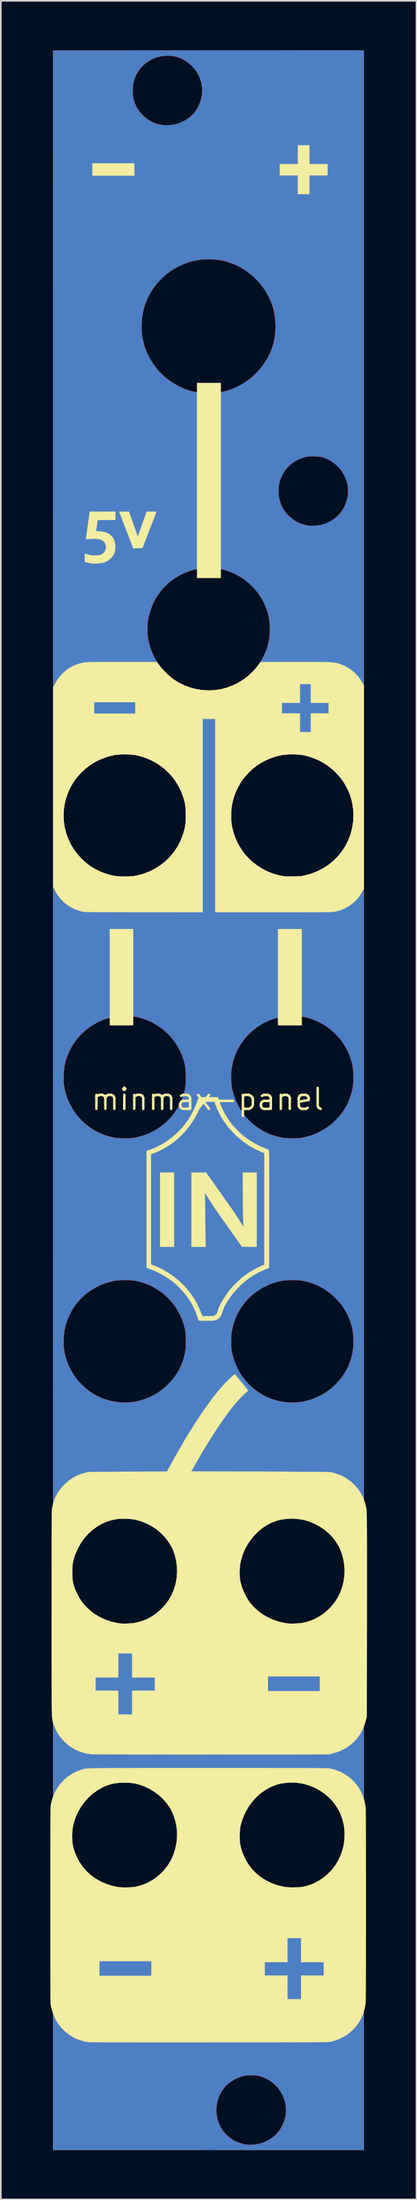
<source format=kicad_pcb>
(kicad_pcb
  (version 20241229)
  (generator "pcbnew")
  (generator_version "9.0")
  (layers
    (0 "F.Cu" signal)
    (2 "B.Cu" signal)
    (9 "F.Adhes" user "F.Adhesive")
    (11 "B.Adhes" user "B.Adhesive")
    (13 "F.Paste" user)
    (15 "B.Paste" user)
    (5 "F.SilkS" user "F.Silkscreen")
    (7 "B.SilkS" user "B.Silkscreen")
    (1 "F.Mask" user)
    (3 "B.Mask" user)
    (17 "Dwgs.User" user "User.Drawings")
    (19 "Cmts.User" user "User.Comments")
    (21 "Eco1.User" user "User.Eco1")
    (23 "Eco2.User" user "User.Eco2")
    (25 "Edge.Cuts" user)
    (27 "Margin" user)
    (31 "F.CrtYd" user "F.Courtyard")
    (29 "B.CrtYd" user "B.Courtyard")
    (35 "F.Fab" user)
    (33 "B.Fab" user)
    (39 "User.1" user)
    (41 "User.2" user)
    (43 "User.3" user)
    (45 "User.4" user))
  (footprint "minmax-panel"
    (layer "F.Cu")
    (at 9.541 63.632)
    (property "Reference" "minmax-panel" (at 0 0 0) (layer "F.SilkS") (effects (font (size 1.27 1.27) (thickness 0.15))))
    (attr through_hole)
    (fp_poly (pts (xy 9.483 63.733) (xy 0.466 63.733) (xy 0.466 61.225) (xy 0.536 61.225) (xy 0.536 61.459) (xy 0.557 61.67) (xy 0.6 61.871) (xy 0.669 62.078) (xy 0.674 62.092) (xy 0.798 62.354) (xy 0.956 62.593) (xy 1.144 62.808) (xy 1.36 62.995) (xy 1.6 63.153) (xy 1.861 63.278) (xy 2.139 63.368) (xy 2.381 63.414) (xy 2.539 63.425) (xy 2.72 63.423) (xy 2.907 63.407) (xy 3.083 63.381) (xy 3.167 63.362) (xy 3.447 63.27) (xy 3.707 63.142) (xy 3.945 62.98) (xy 4.158 62.788) (xy 4.343 62.566) (xy 4.5 62.318) (xy 4.624 62.047) (xy 4.694 61.828) (xy 4.717 61.739) (xy 4.732 61.659) (xy 4.742 61.576) (xy 4.747 61.478) (xy 4.749 61.353) (xy 4.749 61.309) (xy 4.749 61.173) (xy 4.745 61.068) (xy 4.737 60.982) (xy 4.724 60.905) (xy 4.705 60.824) (xy 4.702 60.812) (xy 4.612 60.537) (xy 4.497 60.291) (xy 4.352 60.068) (xy 4.173 59.859) (xy 4.141 59.826) (xy 3.912 59.625) (xy 3.668 59.464) (xy 3.406 59.339) (xy 3.146 59.256) (xy 2.961 59.221) (xy 2.754 59.203) (xy 2.543 59.202) (xy 2.341 59.218) (xy 2.186 59.245) (xy 1.894 59.336) (xy 1.623 59.462) (xy 1.376 59.621) (xy 1.154 59.81) (xy 0.961 60.027) (xy 0.798 60.27) (xy 0.668 60.536) (xy 0.583 60.791) (xy 0.564 60.886) (xy 0.549 61.014) (xy 0.538 61.165) (xy 0.536 61.225) (xy 0.466 61.225) (xy 0.466 56.303) (xy -0.296 56.303) (xy -0.296 63.733) (xy -9.377 63.733) (xy -9.377 44.711) (xy -8.738 44.711) (xy -8.712 45.086) (xy -8.648 45.456) (xy -8.546 45.819) (xy -8.406 46.172) (xy -8.229 46.513) (xy -8.015 46.838) (xy -7.811 47.09) (xy -7.543 47.366) (xy -7.249 47.611) (xy -6.932 47.823) (xy -6.596 48.003) (xy -6.245 48.147) (xy -5.883 48.255) (xy -5.512 48.326) (xy -5.136 48.357) (xy -4.759 48.348) (xy -4.71 48.344) (xy -4.318 48.287) (xy -3.941 48.191) (xy -3.579 48.06) (xy -3.235 47.894) (xy -2.912 47.696) (xy -2.612 47.468) (xy -2.337 47.211) (xy -2.089 46.928) (xy -1.872 46.62) (xy -1.686 46.289) (xy -1.536 45.937) (xy -1.454 45.687) (xy -1.413 45.54) (xy -1.382 45.412) (xy -1.359 45.293) (xy -1.342 45.175) (xy -1.332 45.047) (xy -1.326 44.901) (xy -1.324 44.727) (xy -1.324 44.619) (xy -1.324 44.452) (xy -1.326 44.32) (xy -1.33 44.215) (xy -1.336 44.128) (xy -1.344 44.052) (xy -1.356 43.98) (xy -1.372 43.904) (xy -1.479 43.508) (xy -1.621 43.133) (xy -1.798 42.782) (xy -2.01 42.455) (xy -2.254 42.153) (xy -2.532 41.877) (xy -2.842 41.629) (xy -3.071 41.476) (xy -3.417 41.286) (xy -3.777 41.135) (xy -4.148 41.023) (xy -4.528 40.952) (xy -4.913 40.922) (xy -5.302 40.932) (xy -5.691 40.983) (xy -6.079 41.076) (xy -6.181 41.107) (xy -6.336 41.164) (xy -6.513 41.241) (xy -6.698 41.33) (xy -6.88 41.426) (xy -7.046 41.523) (xy -7.176 41.608) (xy -7.323 41.722) (xy -7.481 41.861) (xy -7.642 42.016) (xy -7.797 42.178) (xy -7.937 42.337) (xy -8.052 42.486) (xy -8.083 42.53) (xy -8.289 42.872) (xy -8.456 43.226) (xy -8.585 43.59) (xy -8.674 43.961) (xy -8.725 44.335) (xy -8.738 44.711) (xy -9.377 44.711) (xy -9.377 38.904) (xy -0.296 38.904) (xy -0.296 50.948) (xy 0.466 50.948) (xy 0.466 44.67) (xy 1.43 44.67) (xy 1.431 44.85) (xy 1.438 45.013) (xy 1.451 45.149) (xy 1.457 45.191) (xy 1.547 45.593) (xy 1.673 45.975) (xy 1.834 46.335) (xy 2.03 46.673) (xy 2.259 46.986) (xy 2.521 47.273) (xy 2.736 47.468) (xy 3.048 47.707) (xy 3.371 47.907) (xy 3.708 48.069) (xy 4.064 48.196) (xy 4.345 48.269) (xy 4.642 48.325) (xy 4.923 48.355) (xy 5.201 48.359) (xy 5.45 48.344) (xy 5.842 48.286) (xy 6.226 48.189) (xy 6.597 48.054) (xy 6.95 47.883) (xy 7.229 47.713) (xy 7.538 47.481) (xy 7.817 47.221) (xy 8.064 46.936) (xy 8.28 46.63) (xy 8.463 46.305) (xy 8.612 45.964) (xy 8.726 45.611) (xy 8.805 45.248) (xy 8.848 44.878) (xy 8.854 44.503) (xy 8.823 44.128) (xy 8.752 43.755) (xy 8.642 43.386) (xy 8.543 43.138) (xy 8.367 42.789) (xy 8.156 42.463) (xy 7.914 42.163) (xy 7.643 41.891) (xy 7.345 41.648) (xy 7.022 41.436) (xy 6.677 41.257) (xy 6.311 41.112) (xy 5.928 41.003) (xy 5.747 40.966) (xy 5.635 40.949) (xy 5.511 40.938) (xy 5.367 40.931) (xy 5.193 40.928) (xy 5.144 40.928) (xy 4.89 40.934) (xy 4.665 40.952) (xy 4.452 40.984) (xy 4.238 41.032) (xy 4.014 41.097) (xy 3.837 41.161) (xy 3.641 41.245) (xy 3.44 41.342) (xy 3.245 41.446) (xy 3.071 41.55) (xy 2.985 41.608) (xy 2.825 41.732) (xy 2.655 41.882) (xy 2.485 42.047) (xy 2.325 42.22) (xy 2.182 42.39) (xy 2.068 42.546) (xy 1.863 42.892) (xy 1.695 43.258) (xy 1.564 43.637) (xy 1.478 44.005) (xy 1.458 44.142) (xy 1.443 44.306) (xy 1.434 44.485) (xy 1.43 44.67) (xy 0.466 44.67) (xy 0.466 38.904) (xy -0.296 38.904) (xy -9.377 38.904) (xy -9.377 28.66) (xy -8.73 28.66) (xy -8.729 28.818) (xy -8.725 28.944) (xy -8.718 29.051) (xy -8.707 29.148) (xy -8.69 29.247) (xy -8.681 29.295) (xy -8.596 29.639) (xy -8.481 29.977) (xy -8.34 30.298) (xy -8.176 30.595) (xy -8.069 30.754) (xy -7.966 30.89) (xy -7.838 31.039) (xy -7.698 31.192) (xy -7.555 31.336) (xy -7.419 31.462) (xy -7.355 31.516) (xy -7.036 31.75) (xy -6.698 31.945) (xy -6.34 32.103) (xy -5.963 32.224) (xy -5.566 32.307) (xy -5.55 32.31) (xy -5.403 32.326) (xy -5.228 32.336) (xy -5.038 32.34) (xy -4.846 32.336) (xy -4.667 32.326) (xy -4.513 32.31) (xy -4.511 32.31) (xy -4.113 32.231) (xy -3.734 32.114) (xy -3.374 31.961) (xy -3.035 31.77) (xy -2.716 31.542) (xy -2.418 31.277) (xy -2.339 31.196) (xy -2.08 30.898) (xy -1.859 30.581) (xy -1.673 30.243) (xy -1.522 29.883) (xy -1.406 29.498) (xy -1.373 29.357) (xy -1.357 29.279) (xy -1.345 29.206) (xy -1.336 29.131) (xy -1.33 29.044) (xy -1.327 28.939) (xy -1.325 28.807) (xy -1.324 28.641) (xy -1.324 28.639) (xy -1.324 28.471) (xy -1.325 28.338) (xy -1.329 28.231) (xy -1.335 28.142) (xy -1.343 28.063) (xy -1.355 27.986) (xy -1.37 27.907) (xy -1.469 27.525) (xy -1.605 27.16) (xy -1.777 26.814) (xy -1.982 26.49) (xy -2.218 26.19) (xy -2.484 25.915) (xy -2.778 25.669) (xy -3.097 25.452) (xy -3.44 25.267) (xy -3.804 25.117) (xy -4.119 25.02) (xy -4.348 24.968) (xy -4.577 24.935) (xy -4.819 24.919) (xy -5.086 24.918) (xy -5.122 24.919) (xy -5.428 24.937) (xy -5.708 24.975) (xy -5.974 25.033) (xy -6.239 25.116) (xy -6.42 25.186) (xy -6.778 25.354) (xy -7.112 25.556) (xy -7.421 25.79) (xy -7.702 26.053) (xy -7.953 26.344) (xy -8.173 26.659) (xy -8.36 26.997) (xy -8.511 27.355) (xy -8.614 27.689) (xy -8.656 27.861) (xy -8.687 28.013) (xy -8.708 28.156) (xy -8.721 28.304) (xy -8.728 28.47) (xy -8.73 28.66) (xy -9.377 28.66) (xy -9.377 14.7) (xy -8.73 14.7) (xy -8.726 14.927) (xy -8.712 15.125) (xy -8.688 15.309) (xy -8.652 15.49) (xy -8.601 15.683) (xy -8.6 15.684) (xy -8.477 16.048) (xy -8.325 16.385) (xy -8.139 16.699) (xy -7.918 16.997) (xy -7.705 17.237) (xy -7.409 17.516) (xy -7.095 17.758) (xy -6.764 17.961) (xy -6.416 18.125) (xy -6.052 18.251) (xy -5.722 18.329) (xy -5.61 18.349) (xy -5.52 18.365) (xy -5.443 18.375) (xy -5.368 18.382) (xy -5.287 18.386) (xy -5.19 18.386) (xy -5.067 18.385) (xy -4.953 18.384) (xy -4.781 18.38) (xy -4.641 18.373) (xy -4.521 18.362) (xy -4.411 18.347) (xy -4.331 18.332) (xy -3.945 18.233) (xy -3.567 18.093) (xy -3.203 17.914) (xy -2.921 17.743) (xy -2.763 17.628) (xy -2.594 17.485) (xy -2.422 17.325) (xy -2.256 17.156) (xy -2.107 16.987) (xy -1.984 16.829) (xy -1.983 16.828) (xy -1.892 16.687) (xy -1.795 16.52) (xy -1.7 16.339) (xy -1.613 16.155) (xy -1.538 15.981) (xy -1.484 15.83) (xy -1.436 15.671) (xy -1.398 15.532) (xy -1.37 15.405) (xy -1.349 15.279) (xy -1.336 15.145) (xy -1.328 14.994) (xy -1.325 14.818) (xy -1.324 14.668) (xy -1.324 14.5) (xy -1.326 14.365) (xy -1.329 14.259) (xy -1.334 14.172) (xy -1.342 14.099) (xy -1.352 14.03) (xy -1.367 13.96) (xy -1.371 13.938) (xy -1.48 13.543) (xy -1.625 13.168) (xy -1.806 12.815) (xy -2.021 12.486) (xy -2.269 12.182) (xy -2.551 11.903) (xy -2.864 11.653) (xy -2.985 11.569) (xy -3.261 11.405) (xy -3.567 11.259) (xy -3.891 11.137) (xy -4.223 11.042) (xy -4.3 11.024) (xy -4.379 11.008) (xy -4.454 10.996) (xy -4.533 10.987) (xy -4.622 10.981) (xy -4.732 10.978) (xy -4.87 10.976) (xy -4.995 10.976) (xy -5.16 10.976) (xy -5.29 10.978) (xy -5.395 10.981) (xy -5.484 10.988) (xy -5.564 10.997) (xy -5.644 11.01) (xy -5.711 11.024) (xy -6.1 11.123) (xy -6.47 11.258) (xy -6.82 11.428) (xy -7.146 11.631) (xy -7.448 11.864) (xy -7.724 12.126) (xy -7.97 12.415) (xy -8.186 12.729) (xy -8.369 13.067) (xy -8.518 13.425) (xy -8.614 13.741) (xy -8.656 13.916) (xy -8.688 14.07) (xy -8.709 14.217) (xy -8.722 14.37) (xy -8.728 14.541) (xy -8.73 14.7) (xy -9.377 14.7) (xy -9.377 8.954) (xy -0.296 8.954) (xy -0.296 33.549) (xy 0.466 33.549) (xy 0.466 28.555) (xy 1.43 28.555) (xy 1.431 28.754) (xy 1.438 28.946) (xy 1.452 29.119) (xy 1.469 29.242) (xy 1.56 29.637) (xy 1.689 30.01) (xy 1.854 30.363) (xy 2.056 30.696) (xy 2.295 31.009) (xy 2.573 31.303) (xy 2.575 31.305) (xy 2.879 31.57) (xy 3.199 31.795) (xy 3.537 31.982) (xy 3.893 32.131) (xy 4.269 32.243) (xy 4.604 32.309) (xy 4.745 32.325) (xy 4.916 32.335) (xy 5.102 32.339) (xy 5.29 32.337) (xy 5.468 32.329) (xy 5.621 32.314) (xy 5.646 32.311) (xy 6.031 32.236) (xy 6.402 32.123) (xy 6.756 31.973) (xy 7.091 31.79) (xy 7.404 31.575) (xy 7.692 31.33) (xy 7.955 31.057) (xy 8.188 30.759) (xy 8.39 30.436) (xy 8.558 30.092) (xy 8.658 29.826) (xy 8.764 29.444) (xy 8.829 29.06) (xy 8.855 28.675) (xy 8.841 28.293) (xy 8.79 27.917) (xy 8.7 27.55) (xy 8.573 27.194) (xy 8.41 26.853) (xy 8.211 26.529) (xy 7.976 26.226) (xy 7.834 26.07) (xy 7.535 25.79) (xy 7.216 25.548) (xy 6.879 25.344) (xy 6.521 25.177) (xy 6.144 25.047) (xy 5.833 24.971) (xy 5.694 24.95) (xy 5.525 24.934) (xy 5.337 24.924) (xy 5.14 24.921) (xy 4.944 24.923) (xy 4.761 24.932) (xy 4.602 24.947) (xy 4.498 24.963) (xy 4.096 25.063) (xy 3.715 25.199) (xy 3.359 25.368) (xy 3.027 25.57) (xy 2.722 25.803) (xy 2.445 26.065) (xy 2.197 26.356) (xy 1.979 26.673) (xy 1.794 27.015) (xy 1.643 27.38) (xy 1.527 27.768) (xy 1.47 28.036) (xy 1.45 28.184) (xy 1.437 28.361) (xy 1.43 28.555) (xy 0.466 28.555) (xy 0.466 14.654) (xy 1.42 14.654) (xy 1.433 14.991) (xy 1.482 15.334) (xy 1.534 15.57) (xy 1.647 15.946) (xy 1.793 16.295) (xy 1.973 16.623) (xy 2.189 16.932) (xy 2.445 17.226) (xy 2.454 17.236) (xy 2.75 17.516) (xy 3.066 17.758) (xy 3.4 17.962) (xy 3.753 18.128) (xy 4.124 18.256) (xy 4.514 18.346) (xy 4.673 18.371) (xy 4.794 18.382) (xy 4.946 18.388) (xy 5.118 18.388) (xy 5.298 18.382) (xy 5.476 18.373) (xy 5.64 18.359) (xy 5.779 18.341) (xy 5.83 18.332) (xy 6.218 18.232) (xy 6.594 18.094) (xy 6.954 17.919) (xy 7.293 17.709) (xy 7.484 17.567) (xy 7.591 17.475) (xy 7.713 17.357) (xy 7.841 17.224) (xy 7.967 17.085) (xy 8.081 16.95) (xy 8.175 16.827) (xy 8.175 16.827) (xy 8.382 16.501) (xy 8.551 16.158) (xy 8.684 15.8) (xy 8.778 15.431) (xy 8.836 15.055) (xy 8.855 14.676) (xy 8.836 14.295) (xy 8.778 13.919) (xy 8.682 13.548) (xy 8.546 13.189) (xy 8.497 13.082) (xy 8.357 12.813) (xy 8.207 12.573) (xy 8.04 12.351) (xy 7.846 12.134) (xy 7.733 12.021) (xy 7.432 11.756) (xy 7.11 11.528) (xy 6.766 11.336) (xy 6.4 11.18) (xy 6.012 11.06) (xy 5.86 11.024) (xy 5.781 11.008) (xy 5.706 10.996) (xy 5.627 10.987) (xy 5.538 10.981) (xy 5.428 10.978) (xy 5.29 10.976) (xy 5.165 10.976) (xy 5.001 10.976) (xy 4.87 10.978) (xy 4.765 10.981) (xy 4.677 10.988) (xy 4.597 10.997) (xy 4.516 11.01) (xy 4.447 11.024) (xy 4.056 11.124) (xy 3.686 11.26) (xy 3.337 11.43) (xy 3.011 11.633) (xy 2.71 11.867) (xy 2.436 12.129) (xy 2.191 12.418) (xy 1.976 12.732) (xy 1.793 13.068) (xy 1.644 13.425) (xy 1.531 13.801) (xy 1.456 14.194) (xy 1.441 14.313) (xy 1.42 14.654) (xy 0.466 14.654) (xy 0.466 6.639) (xy 0.257 6.32) (xy 0.181 6.202) (xy 0.104 6.081) (xy 0.032 5.968) (xy -0.026 5.873) (xy -0.054 5.827) (xy -0.099 5.753) (xy -0.136 5.697) (xy -0.159 5.665) (xy -0.165 5.661) (xy -0.166 5.683) (xy -0.165 5.742) (xy -0.163 5.832) (xy -0.16 5.948) (xy -0.155 6.083) (xy -0.15 6.226) (xy -0.145 6.364) (xy -0.141 6.536) (xy -0.137 6.737) (xy -0.133 6.958) (xy -0.131 7.193) (xy -0.129 7.435) (xy -0.127 7.675) (xy -0.127 7.869) (xy -0.127 8.954) (xy -0.296 8.954) (xy -9.377 8.954) (xy -9.377 -1.255) (xy -8.73 -1.255) (xy -8.725 -1.069) (xy -8.715 -0.899) (xy -8.698 -0.756) (xy -8.692 -0.725) (xy -8.604 -0.344) (xy -8.484 0.013) (xy -8.331 0.35) (xy -8.142 0.673) (xy -8.11 0.722) (xy -7.869 1.042) (xy -7.6 1.332) (xy -7.304 1.59) (xy -6.984 1.814) (xy -6.642 2.003) (xy -6.28 2.157) (xy -5.899 2.273) (xy -5.641 2.328) (xy -5.48 2.349) (xy -5.288 2.362) (xy -5.08 2.367) (xy -4.865 2.364) (xy -4.656 2.352) (xy -4.464 2.334) (xy -4.308 2.309) (xy -3.924 2.21) (xy -3.557 2.074) (xy -3.21 1.903) (xy -2.884 1.7) (xy -2.583 1.466) (xy -2.308 1.202) (xy -2.062 0.912) (xy -1.847 0.597) (xy -1.665 0.259) (xy -1.518 -0.1) (xy -1.502 -0.146) (xy -1.448 -0.313) (xy -1.406 -0.459) (xy -1.375 -0.594) (xy -1.352 -0.726) (xy -1.337 -0.865) (xy -1.329 -1.021) (xy -1.325 -1.203) (xy -1.324 -1.344) (xy -1.325 -1.512) (xy -1.326 -1.644) (xy -1.329 -1.75) (xy -1.335 -1.837) (xy -1.343 -1.912) (xy -1.354 -1.983) (xy -1.369 -2.059) (xy -1.372 -2.074) (xy -1.478 -2.468) (xy -1.62 -2.841) (xy -1.797 -3.191) (xy -2.008 -3.518) (xy -2.25 -3.819) (xy -2.524 -4.093) (xy -2.828 -4.338) (xy -3.161 -4.553) (xy -3.397 -4.679) (xy -3.713 -4.818) (xy -4.021 -4.923) (xy -4.33 -4.996) (xy -4.653 -5.039) (xy -4.858 -5.052) (xy -5.26 -5.048) (xy -5.653 -5.003) (xy -6.033 -4.917) (xy -6.4 -4.793) (xy -6.752 -4.629) (xy -7.087 -4.427) (xy -7.403 -4.188) (xy -7.668 -3.944) (xy -7.929 -3.652) (xy -8.155 -3.338) (xy -8.345 -3.002) (xy -8.5 -2.643) (xy -8.619 -2.261) (xy -8.691 -1.936) (xy -8.71 -1.798) (xy -8.722 -1.631) (xy -8.729 -1.447) (xy -8.73 -1.255) (xy -9.377 -1.255) (xy -9.377 -17.13) (xy -8.73 -17.13) (xy -8.725 -16.944) (xy -8.715 -16.774) (xy -8.698 -16.631) (xy -8.692 -16.6) (xy -8.604 -16.219) (xy -8.484 -15.862) (xy -8.331 -15.525) (xy -8.142 -15.202) (xy -8.11 -15.153) (xy -7.868 -14.831) (xy -7.599 -14.541) (xy -7.304 -14.284) (xy -6.984 -14.06) (xy -6.642 -13.871) (xy -6.278 -13.718) (xy -5.895 -13.602) (xy -5.641 -13.547) (xy -5.553 -13.533) (xy -5.47 -13.522) (xy -5.384 -13.515) (xy -5.285 -13.512) (xy -5.164 -13.511) (xy -5.014 -13.513) (xy -4.953 -13.514) (xy -4.79 -13.517) (xy -4.66 -13.522) (xy -4.555 -13.528) (xy -4.465 -13.538) (xy -4.382 -13.55) (xy -4.296 -13.567) (xy -4.263 -13.575) (xy -3.867 -13.684) (xy -3.494 -13.829) (xy -3.144 -14.007) (xy -2.82 -14.219) (xy -2.521 -14.461) (xy -2.251 -14.732) (xy -2.011 -15.032) (xy -1.801 -15.358) (xy -1.625 -15.709) (xy -1.482 -16.083) (xy -1.374 -16.479) (xy -1.372 -16.489) (xy -1.357 -16.566) (xy -1.345 -16.637) (xy -1.336 -16.711) (xy -1.33 -16.795) (xy -1.327 -16.897) (xy -1.325 -17.024) (xy -1.324 -17.184) (xy -1.324 -17.219) (xy -1.326 -17.426) (xy -1.331 -17.599) (xy -1.342 -17.749) (xy -1.359 -17.885) (xy -1.385 -18.017) (xy -1.419 -18.153) (xy -1.465 -18.303) (xy -1.495 -18.394) (xy -1.638 -18.758) (xy -1.817 -19.102) (xy -2.029 -19.422) (xy -2.272 -19.717) (xy -2.544 -19.986) (xy -2.843 -20.225) (xy -3.167 -20.434) (xy -3.514 -20.61) (xy -3.88 -20.752) (xy -4.265 -20.858) (xy -4.343 -20.874) (xy -4.499 -20.898) (xy -4.686 -20.914) (xy -4.89 -20.923) (xy -5.101 -20.924) (xy -5.305 -20.918) (xy -5.492 -20.904) (xy -5.641 -20.883) (xy -6.035 -20.791) (xy -6.411 -20.661) (xy -6.767 -20.494) (xy -7.103 -20.29) (xy -7.417 -20.05) (xy -7.675 -19.809) (xy -7.936 -19.515) (xy -8.159 -19.205) (xy -8.345 -18.876) (xy -8.497 -18.526) (xy -8.615 -18.153) (xy -8.691 -17.811) (xy -8.71 -17.673) (xy -8.722 -17.506) (xy -8.729 -17.322) (xy -8.73 -17.13) (xy -9.377 -17.13) (xy -9.377 -23.072) (xy -0.296 -23.072) (xy -0.296 4.445) (xy -0.087 4.445) (xy 0.18 4.826) (xy 0.259 4.937) (xy 0.329 5.035) (xy 0.387 5.115) (xy 0.43 5.173) (xy 0.454 5.204) (xy 0.457 5.207) (xy 0.458 5.186) (xy 0.458 5.124) (xy 0.458 5.021) (xy 0.459 4.88) (xy 0.459 4.701) (xy 0.46 4.484) (xy 0.46 4.233) (xy 0.461 3.946) (xy 0.461 3.626) (xy 0.461 3.273) (xy 0.462 2.889) (xy 0.462 2.475) (xy 0.462 2.031) (xy 0.463 1.56) (xy 0.463 1.061) (xy 0.463 0.537) (xy 0.464 -0.012) (xy 0.464 -0.585) (xy 0.464 -1.181) (xy 0.464 -1.455) (xy 1.426 -1.455) (xy 1.432 -1.081) (xy 1.476 -0.712) (xy 1.557 -0.349) (xy 1.674 0.003) (xy 1.826 0.342) (xy 2.012 0.666) (xy 2.232 0.972) (xy 2.486 1.257) (xy 2.772 1.518) (xy 3.067 1.739) (xy 3.409 1.945) (xy 3.762 2.11) (xy 4.13 2.237) (xy 4.516 2.327) (xy 4.586 2.339) (xy 4.722 2.354) (xy 4.889 2.363) (xy 5.075 2.366) (xy 5.27 2.362) (xy 5.462 2.353) (xy 5.641 2.339) (xy 5.794 2.319) (xy 5.852 2.309) (xy 6.237 2.21) (xy 6.603 2.075) (xy 6.947 1.906) (xy 7.269 1.706) (xy 7.565 1.476) (xy 7.836 1.219) (xy 8.078 0.937) (xy 8.291 0.633) (xy 8.473 0.308) (xy 8.621 -0.036) (xy 8.734 -0.395) (xy 8.812 -0.768) (xy 8.851 -1.153) (xy 8.85 -1.548) (xy 8.846 -1.616) (xy 8.81 -1.938) (xy 8.751 -2.239) (xy 8.663 -2.533) (xy 8.544 -2.829) (xy 8.465 -2.995) (xy 8.341 -3.229) (xy 8.212 -3.436) (xy 8.069 -3.629) (xy 7.903 -3.819) (xy 7.769 -3.958) (xy 7.572 -4.145) (xy 7.382 -4.303) (xy 7.187 -4.441) (xy 6.977 -4.566) (xy 6.805 -4.656) (xy 6.509 -4.792) (xy 6.228 -4.896) (xy 5.95 -4.972) (xy 5.666 -5.022) (xy 5.364 -5.049) (xy 5.302 -5.052) (xy 4.899 -5.048) (xy 4.507 -5.003) (xy 4.127 -4.918) (xy 3.76 -4.793) (xy 3.409 -4.629) (xy 3.074 -4.427) (xy 2.757 -4.186) (xy 2.553 -4.002) (xy 2.338 -3.779) (xy 2.155 -3.556) (xy 1.995 -3.32) (xy 1.849 -3.059) (xy 1.791 -2.941) (xy 1.64 -2.577) (xy 1.529 -2.205) (xy 1.458 -1.831) (xy 1.426 -1.455) (xy 0.464 -1.455) (xy 0.464 -1.798) (xy 0.465 -2.435) (xy 0.465 -3.092) (xy 0.465 -3.767) (xy 0.465 -4.459) (xy 0.465 -5.167) (xy 0.465 -5.89) (xy 0.466 -6.627) (xy 0.466 -7.376) (xy 0.466 -8.137) (xy 0.466 -8.909) (xy 0.466 -17.259) (xy 1.429 -17.259) (xy 1.431 -17.043) (xy 1.441 -16.838) (xy 1.46 -16.658) (xy 1.469 -16.605) (xy 1.561 -16.211) (xy 1.69 -15.836) (xy 1.855 -15.48) (xy 2.054 -15.146) (xy 2.286 -14.837) (xy 2.55 -14.553) (xy 2.843 -14.297) (xy 3.165 -14.071) (xy 3.513 -13.877) (xy 3.541 -13.864) (xy 3.694 -13.793) (xy 3.838 -13.733) (xy 3.981 -13.682) (xy 4.132 -13.637) (xy 4.301 -13.596) (xy 4.494 -13.555) (xy 4.699 -13.517) (xy 4.736 -13.515) (xy 4.807 -13.513) (xy 4.907 -13.512) (xy 5.027 -13.512) (xy 5.161 -13.513) (xy 5.196 -13.513) (xy 5.362 -13.516) (xy 5.493 -13.521) (xy 5.601 -13.527) (xy 5.693 -13.537) (xy 5.779 -13.55) (xy 5.863 -13.567) (xy 6.257 -13.672) (xy 6.632 -13.814) (xy 6.985 -13.99) (xy 7.314 -14.2) (xy 7.618 -14.443) (xy 7.895 -14.717) (xy 8.144 -15.021) (xy 8.354 -15.341) (xy 8.528 -15.677) (xy 8.665 -16.032) (xy 8.766 -16.4) (xy 8.829 -16.778) (xy 8.854 -17.161) (xy 8.841 -17.546) (xy 8.79 -17.927) (xy 8.699 -18.301) (xy 8.677 -18.373) (xy 8.621 -18.524) (xy 8.547 -18.697) (xy 8.459 -18.88) (xy 8.364 -19.06) (xy 8.268 -19.226) (xy 8.177 -19.366) (xy 8.176 -19.367) (xy 8.078 -19.494) (xy 7.954 -19.637) (xy 7.814 -19.786) (xy 7.665 -19.933) (xy 7.516 -20.068) (xy 7.378 -20.184) (xy 7.303 -20.241) (xy 7.151 -20.34) (xy 6.971 -20.443) (xy 6.777 -20.544) (xy 6.58 -20.636) (xy 6.395 -20.713) (xy 6.283 -20.753) (xy 6.086 -20.813) (xy 5.906 -20.858) (xy 5.733 -20.889) (xy 5.552 -20.909) (xy 5.354 -20.919) (xy 5.154 -20.922) (xy 4.94 -20.919) (xy 4.756 -20.91) (xy 4.591 -20.893) (xy 4.434 -20.867) (xy 4.272 -20.831) (xy 4.096 -20.782) (xy 4.096 -20.782) (xy 3.793 -20.676) (xy 3.487 -20.539) (xy 3.193 -20.377) (xy 2.925 -20.199) (xy 2.921 -20.196) (xy 2.725 -20.037) (xy 2.525 -19.849) (xy 2.333 -19.644) (xy 2.158 -19.432) (xy 2.011 -19.225) (xy 2 -19.209) (xy 1.862 -18.965) (xy 1.735 -18.691) (xy 1.625 -18.4) (xy 1.535 -18.104) (xy 1.479 -17.852) (xy 1.453 -17.676) (xy 1.437 -17.475) (xy 1.429 -17.259) (xy 0.466 -17.259) (xy 0.466 -23.072) (xy -0.296 -23.072) (xy -9.377 -23.072) (xy -9.377 -28.626) (xy -3.646 -28.626) (xy -3.64 -28.249) (xy -3.593 -27.874) (xy -3.564 -27.731) (xy -3.459 -27.348) (xy -3.322 -26.99) (xy -3.149 -26.654) (xy -2.94 -26.338) (xy -2.694 -26.038) (xy -2.484 -25.823) (xy -2.246 -25.613) (xy -2.002 -25.433) (xy -1.737 -25.273) (xy -1.577 -25.189) (xy -1.244 -25.041) (xy -0.915 -24.93) (xy -0.582 -24.853) (xy -0.253 -24.81) (xy -0.128 -24.799) (xy -0.032 -24.793) (xy 0.05 -24.791) (xy 0.132 -24.792) (xy 0.229 -24.798) (xy 0.345 -24.808) (xy 0.742 -24.861) (xy 1.126 -24.954) (xy 1.495 -25.085) (xy 1.847 -25.253) (xy 2.179 -25.457) (xy 2.488 -25.694) (xy 2.772 -25.964) (xy 3.03 -26.266) (xy 3.102 -26.363) (xy 3.187 -26.492) (xy 3.278 -26.648) (xy 3.37 -26.82) (xy 3.456 -26.995) (xy 3.53 -27.163) (xy 3.587 -27.31) (xy 3.596 -27.337) (xy 3.7 -27.725) (xy 3.763 -28.114) (xy 3.785 -28.502) (xy 3.768 -28.886) (xy 3.711 -29.262) (xy 3.616 -29.63) (xy 3.484 -29.986) (xy 3.314 -30.328) (xy 3.107 -30.652) (xy 2.865 -30.957) (xy 2.653 -31.179) (xy 2.43 -31.38) (xy 2.207 -31.551) (xy 1.971 -31.702) (xy 1.725 -31.834) (xy 1.369 -31.993) (xy 1.015 -32.111) (xy 0.661 -32.189) (xy 0.301 -32.228) (xy -0.068 -32.23) (xy -0.074 -32.229) (xy -0.476 -32.19) (xy -0.865 -32.11) (xy -1.241 -31.991) (xy -1.602 -31.833) (xy -1.944 -31.637) (xy -2.267 -31.405) (xy -2.398 -31.295) (xy -2.669 -31.029) (xy -2.91 -30.737) (xy -3.119 -30.421) (xy -3.295 -30.086) (xy -3.437 -29.736) (xy -3.544 -29.373) (xy -3.614 -29.002) (xy -3.646 -28.626) (xy -9.377 -28.626) (xy -9.377 -36.985) (xy 4.307 -36.985) (xy 4.307 -36.809) (xy 4.316 -36.64) (xy 4.333 -36.489) (xy 4.356 -36.382) (xy 4.451 -36.098) (xy 4.576 -35.843) (xy 4.732 -35.61) (xy 4.919 -35.399) (xy 5.143 -35.202) (xy 5.386 -35.043) (xy 5.649 -34.921) (xy 5.934 -34.836) (xy 6.084 -34.806) (xy 6.241 -34.79) (xy 6.421 -34.786) (xy 6.609 -34.795) (xy 6.787 -34.815) (xy 6.917 -34.84) (xy 7.194 -34.928) (xy 7.449 -35.049) (xy 7.68 -35.2) (xy 7.887 -35.378) (xy 8.066 -35.579) (xy 8.219 -35.8) (xy 8.342 -36.038) (xy 8.435 -36.289) (xy 8.497 -36.549) (xy 8.526 -36.816) (xy 8.521 -37.086) (xy 8.48 -37.356) (xy 8.403 -37.623) (xy 8.288 -37.882) (xy 8.168 -38.083) (xy 8.001 -38.293) (xy 7.802 -38.486) (xy 7.577 -38.657) (xy 7.335 -38.8) (xy 7.082 -38.909) (xy 6.953 -38.95) (xy 6.881 -38.968) (xy 6.809 -38.981) (xy 6.73 -38.99) (xy 6.634 -38.995) (xy 6.51 -38.998) (xy 6.424 -38.998) (xy 6.284 -38.998) (xy 6.176 -38.996) (xy 6.091 -38.99) (xy 6.019 -38.981) (xy 5.95 -38.967) (xy 5.884 -38.95) (xy 5.603 -38.852) (xy 5.337 -38.717) (xy 5.092 -38.547) (xy 4.882 -38.355) (xy 4.693 -38.127) (xy 4.535 -37.876) (xy 4.413 -37.608) (xy 4.356 -37.433) (xy 4.332 -37.309) (xy 4.315 -37.156) (xy 4.307 -36.985) (xy -9.377 -36.985) (xy -9.377 -46.874) (xy -3.989 -46.874) (xy -3.988 -46.709) (xy -3.987 -46.579) (xy -3.984 -46.474) (xy -3.978 -46.388) (xy -3.97 -46.312) (xy -3.959 -46.237) (xy -3.943 -46.156) (xy -3.931 -46.096) (xy -3.822 -45.683) (xy -3.678 -45.291) (xy -3.498 -44.922) (xy -3.285 -44.577) (xy -3.039 -44.256) (xy -2.761 -43.962) (xy -2.453 -43.697) (xy -2.116 -43.461) (xy -1.751 -43.256) (xy -1.704 -43.233) (xy -1.379 -43.091) (xy -1.06 -42.981) (xy -0.732 -42.901) (xy -0.384 -42.846) (xy -0.275 -42.834) (xy -0.165 -42.827) (xy -0.027 -42.824) (xy 0.124 -42.825) (xy 0.275 -42.829) (xy 0.41 -42.836) (xy 0.482 -42.843) (xy 0.888 -42.908) (xy 1.283 -43.012) (xy 1.663 -43.155) (xy 2.027 -43.334) (xy 2.372 -43.548) (xy 2.694 -43.795) (xy 2.991 -44.072) (xy 3.259 -44.379) (xy 3.48 -44.687) (xy 3.683 -45.037) (xy 3.846 -45.399) (xy 3.972 -45.773) (xy 4.061 -46.154) (xy 4.112 -46.539) (xy 4.126 -46.926) (xy 4.104 -47.313) (xy 4.046 -47.695) (xy 3.953 -48.07) (xy 3.824 -48.435) (xy 3.661 -48.787) (xy 3.463 -49.123) (xy 3.232 -49.441) (xy 2.967 -49.737) (xy 2.745 -49.943) (xy 2.502 -50.141) (xy 2.259 -50.31) (xy 2.002 -50.46) (xy 1.86 -50.534) (xy 1.479 -50.7) (xy 1.088 -50.826) (xy 0.691 -50.91) (xy 0.291 -50.954) (xy -0.112 -50.957) (xy -0.513 -50.92) (xy -0.911 -50.841) (xy -1.302 -50.722) (xy -1.686 -50.562) (xy -1.767 -50.522) (xy -2.128 -50.318) (xy -2.462 -50.081) (xy -2.767 -49.814) (xy -3.044 -49.52) (xy -3.289 -49.199) (xy -3.502 -48.854) (xy -3.68 -48.488) (xy -3.823 -48.101) (xy -3.928 -47.696) (xy -3.943 -47.625) (xy -3.958 -47.539) (xy -3.97 -47.458) (xy -3.978 -47.375) (xy -3.984 -47.281) (xy -3.987 -47.167) (xy -3.989 -47.027) (xy -3.989 -46.874) (xy -9.377 -46.874) (xy -9.377 -61.214) (xy -4.539 -61.214) (xy -4.539 -61.072) (xy -4.537 -60.962) (xy -4.532 -60.877) (xy -4.523 -60.804) (xy -4.51 -60.737) (xy -4.491 -60.664) (xy -4.491 -60.664) (xy -4.439 -60.503) (xy -4.368 -60.331) (xy -4.286 -60.163) (xy -4.2 -60.015) (xy -4.162 -59.958) (xy -4.09 -59.868) (xy -3.997 -59.765) (xy -3.892 -59.659) (xy -3.786 -59.56) (xy -3.69 -59.479) (xy -3.641 -59.443) (xy -3.393 -59.3) (xy -3.125 -59.191) (xy -2.843 -59.117) (xy -2.555 -59.081) (xy -2.266 -59.083) (xy -2.072 -59.107) (xy -1.783 -59.179) (xy -1.512 -59.287) (xy -1.263 -59.429) (xy -1.037 -59.604) (xy -0.836 -59.808) (xy -0.665 -60.04) (xy -0.525 -60.297) (xy -0.418 -60.576) (xy -0.389 -60.68) (xy -0.336 -60.971) (xy -0.323 -61.259) (xy -0.35 -61.542) (xy -0.414 -61.815) (xy -0.515 -62.076) (xy -0.65 -62.322) (xy -0.819 -62.549) (xy -1.019 -62.754) (xy -1.249 -62.935) (xy -1.507 -63.088) (xy -1.57 -63.118) (xy -1.837 -63.22) (xy -2.116 -63.283) (xy -2.402 -63.308) (xy -2.689 -63.293) (xy -2.972 -63.24) (xy -3.172 -63.176) (xy -3.443 -63.052) (xy -3.692 -62.893) (xy -3.915 -62.703) (xy -4.111 -62.483) (xy -4.277 -62.238) (xy -4.409 -61.969) (xy -4.481 -61.77) (xy -4.502 -61.699) (xy -4.517 -61.636) (xy -4.527 -61.572) (xy -4.534 -61.498) (xy -4.537 -61.405) (xy -4.539 -61.284) (xy -4.539 -61.214) (xy -9.377 -61.214) (xy -9.377 -63.627) (xy 9.483 -63.627) (xy 9.483 63.733)) (stroke (width 0.01) (type solid)) (fill yes) (layer "F.Cu"))
    (fp_poly (pts (xy 2.732 59.698) (xy 2.984 59.739) (xy 3.225 59.818) (xy 3.449 59.931) (xy 3.652 60.075) (xy 3.832 60.247) (xy 3.983 60.445) (xy 4.102 60.664) (xy 4.161 60.822) (xy 4.211 61.027) (xy 4.237 61.245) (xy 4.238 61.463) (xy 4.216 61.67) (xy 4.169 61.856) (xy 4.16 61.882) (xy 4.058 62.095) (xy 3.921 62.288) (xy 3.756 62.46) (xy 3.566 62.608) (xy 3.356 62.729) (xy 3.13 62.821) (xy 2.895 62.882) (xy 2.653 62.909) (xy 2.41 62.899) (xy 2.227 62.866) (xy 2.027 62.8) (xy 1.826 62.7) (xy 1.635 62.576) (xy 1.468 62.433) (xy 1.379 62.337) (xy 1.244 62.143) (xy 1.144 61.929) (xy 1.079 61.697) (xy 1.05 61.454) (xy 1.056 61.203) (xy 1.099 60.948) (xy 1.178 60.699) (xy 1.28 60.489) (xy 1.414 60.293) (xy 1.574 60.117) (xy 1.754 59.967) (xy 1.948 59.849) (xy 2.069 59.796) (xy 2.213 59.752) (xy 2.378 59.719) (xy 2.545 59.7) (xy 2.696 59.696) (xy 2.732 59.698)) (stroke (width 0.01) (type solid)) (fill yes) (layer "F.Mask"))
    (fp_poly (pts (xy -2.361 -62.796) (xy -2.106 -62.763) (xy -1.865 -62.691) (xy -1.641 -62.583) (xy -1.437 -62.439) (xy -1.256 -62.263) (xy -1.101 -62.056) (xy -0.984 -61.842) (xy -0.921 -61.69) (xy -0.879 -61.541) (xy -0.854 -61.382) (xy -0.844 -61.2) (xy -0.844 -61.142) (xy -0.854 -60.918) (xy -0.89 -60.72) (xy -0.954 -60.539) (xy -1.049 -60.363) (xy -1.128 -60.247) (xy -1.28 -60.076) (xy -1.463 -59.927) (xy -1.67 -59.801) (xy -1.894 -59.702) (xy -2.129 -59.633) (xy -2.367 -59.596) (xy -2.601 -59.593) (xy -2.762 -59.614) (xy -2.93 -59.655) (xy -3.083 -59.713) (xy -3.237 -59.793) (xy -3.339 -59.857) (xy -3.547 -60.015) (xy -3.716 -60.19) (xy -3.848 -60.383) (xy -3.943 -60.597) (xy -4.002 -60.831) (xy -4.025 -61.089) (xy -4.026 -61.14) (xy -4.015 -61.358) (xy -3.983 -61.553) (xy -3.926 -61.741) (xy -3.862 -61.889) (xy -3.73 -62.124) (xy -3.572 -62.326) (xy -3.391 -62.493) (xy -3.188 -62.624) (xy -2.964 -62.72) (xy -2.72 -62.778) (xy -2.459 -62.798) (xy -2.361 -62.796)) (stroke (width 0.01) (type solid)) (fill yes) (layer "F.Mask"))
    (fp_poly (pts (xy 6.601 -38.498) (xy 6.844 -38.446) (xy 7.083 -38.355) (xy 7.19 -38.3) (xy 7.287 -38.236) (xy 7.398 -38.146) (xy 7.513 -38.039) (xy 7.622 -37.926) (xy 7.716 -37.815) (xy 7.785 -37.716) (xy 7.788 -37.712) (xy 7.89 -37.499) (xy 7.964 -37.264) (xy 8.006 -37.019) (xy 8.015 -36.773) (xy 7.99 -36.535) (xy 7.976 -36.47) (xy 7.943 -36.367) (xy 7.891 -36.245) (xy 7.826 -36.118) (xy 7.755 -36) (xy 7.695 -35.915) (xy 7.554 -35.766) (xy 7.381 -35.628) (xy 7.185 -35.509) (xy 6.978 -35.413) (xy 6.773 -35.349) (xy 6.605 -35.32) (xy 6.42 -35.307) (xy 6.234 -35.31) (xy 6.063 -35.33) (xy 5.977 -35.348) (xy 5.765 -35.422) (xy 5.56 -35.529) (xy 5.37 -35.664) (xy 5.201 -35.82) (xy 5.061 -35.992) (xy 4.973 -36.142) (xy 4.889 -36.359) (xy 4.84 -36.593) (xy 4.824 -36.838) (xy 4.842 -37.086) (xy 4.892 -37.331) (xy 4.975 -37.565) (xy 5.088 -37.784) (xy 5.125 -37.839) (xy 5.284 -38.037) (xy 5.467 -38.201) (xy 5.67 -38.332) (xy 5.888 -38.428) (xy 6.119 -38.488) (xy 6.358 -38.511) (xy 6.601 -38.498)) (stroke (width 0.01) (type solid)) (fill yes) (layer "F.Mask"))
    (fp_poly (pts (xy 5.371 -20.41) (xy 5.544 -20.397) (xy 5.683 -20.377) (xy 6.057 -20.283) (xy 6.408 -20.154) (xy 6.739 -19.989) (xy 7.049 -19.786) (xy 7.341 -19.545) (xy 7.532 -19.356) (xy 7.749 -19.097) (xy 7.932 -18.816) (xy 8.08 -18.517) (xy 8.195 -18.201) (xy 8.276 -17.874) (xy 8.323 -17.539) (xy 8.335 -17.199) (xy 8.313 -16.857) (xy 8.256 -16.517) (xy 8.164 -16.183) (xy 8.038 -15.858) (xy 7.876 -15.546) (xy 7.688 -15.261) (xy 7.497 -15.032) (xy 7.274 -14.814) (xy 7.027 -14.614) (xy 6.765 -14.438) (xy 6.495 -14.291) (xy 6.238 -14.184) (xy 6.04 -14.121) (xy 5.851 -14.076) (xy 5.656 -14.046) (xy 5.442 -14.029) (xy 5.292 -14.023) (xy 5.169 -14.021) (xy 5.058 -14.021) (xy 4.965 -14.021) (xy 4.901 -14.023) (xy 4.879 -14.025) (xy 4.478 -14.1) (xy 4.102 -14.207) (xy 3.752 -14.346) (xy 3.429 -14.516) (xy 3.134 -14.717) (xy 2.867 -14.948) (xy 2.672 -15.16) (xy 2.448 -15.457) (xy 2.264 -15.769) (xy 2.119 -16.093) (xy 2.015 -16.428) (xy 1.95 -16.771) (xy 1.926 -17.121) (xy 1.943 -17.475) (xy 2.002 -17.831) (xy 2.094 -18.162) (xy 2.229 -18.507) (xy 2.396 -18.828) (xy 2.598 -19.129) (xy 2.838 -19.416) (xy 2.895 -19.475) (xy 3.162 -19.726) (xy 3.442 -19.937) (xy 3.737 -20.11) (xy 4.05 -20.246) (xy 4.384 -20.346) (xy 4.466 -20.364) (xy 4.613 -20.388) (xy 4.788 -20.405) (xy 4.981 -20.414) (xy 5.179 -20.416) (xy 5.371 -20.41)) (stroke (width 0.01) (type solid)) (fill yes) (layer "F.Mask"))
    (fp_poly (pts (xy -4.619 -4.521) (xy -4.26 -4.454) (xy -3.912 -4.347) (xy -3.579 -4.201) (xy -3.261 -4.016) (xy -2.96 -3.794) (xy -2.679 -3.535) (xy -2.654 -3.51) (xy -2.45 -3.274) (xy -2.278 -3.029) (xy -2.136 -2.764) (xy -2.016 -2.471) (xy -1.99 -2.394) (xy -1.895 -2.042) (xy -1.841 -1.68) (xy -1.828 -1.311) (xy -1.856 -0.938) (xy -1.908 -0.638) (xy -1.997 -0.311) (xy -2.121 0.006) (xy -2.275 0.308) (xy -2.457 0.589) (xy -2.663 0.843) (xy -2.889 1.067) (xy -2.992 1.152) (xy -3.261 1.347) (xy -3.522 1.507) (xy -3.781 1.633) (xy -4.045 1.73) (xy -4.322 1.8) (xy -4.494 1.83) (xy -4.654 1.847) (xy -4.838 1.857) (xy -5.03 1.859) (xy -5.212 1.853) (xy -5.355 1.84) (xy -5.715 1.774) (xy -6.066 1.67) (xy -6.402 1.53) (xy -6.721 1.357) (xy -7.018 1.152) (xy -7.291 0.919) (xy -7.534 0.659) (xy -7.725 0.405) (xy -7.845 0.204) (xy -7.958 -0.026) (xy -8.057 -0.27) (xy -8.138 -0.516) (xy -8.194 -0.748) (xy -8.2 -0.782) (xy -8.217 -0.918) (xy -8.228 -1.082) (xy -8.233 -1.258) (xy -8.231 -1.432) (xy -8.223 -1.59) (xy -8.211 -1.7) (xy -8.135 -2.069) (xy -8.019 -2.426) (xy -7.865 -2.769) (xy -7.676 -3.093) (xy -7.453 -3.394) (xy -7.305 -3.561) (xy -7.034 -3.82) (xy -6.751 -4.038) (xy -6.456 -4.217) (xy -6.146 -4.356) (xy -5.82 -4.457) (xy -5.478 -4.52) (xy -5.368 -4.532) (xy -4.989 -4.547) (xy -4.619 -4.521)) (stroke (width 0.01) (type solid)) (fill yes) (layer "F.Mask"))
    (fp_poly (pts (xy 5.34 41.442) (xy 5.534 41.457) (xy 5.701 41.481) (xy 5.706 41.482) (xy 6.066 41.572) (xy 6.404 41.696) (xy 6.722 41.854) (xy 7.025 42.051) (xy 7.317 42.286) (xy 7.382 42.345) (xy 7.625 42.599) (xy 7.832 42.874) (xy 8.004 43.172) (xy 8.107 43.406) (xy 8.22 43.748) (xy 8.294 44.099) (xy 8.33 44.452) (xy 8.328 44.806) (xy 8.291 45.156) (xy 8.217 45.499) (xy 8.108 45.831) (xy 7.965 46.148) (xy 7.788 46.447) (xy 7.578 46.724) (xy 7.42 46.895) (xy 7.152 47.14) (xy 6.878 47.345) (xy 6.592 47.513) (xy 6.291 47.647) (xy 5.969 47.748) (xy 5.853 47.776) (xy 5.747 47.794) (xy 5.61 47.809) (xy 5.452 47.82) (xy 5.286 47.827) (xy 5.121 47.83) (xy 4.968 47.828) (xy 4.84 47.821) (xy 4.784 47.815) (xy 4.41 47.744) (xy 4.054 47.636) (xy 3.718 47.494) (xy 3.404 47.319) (xy 3.113 47.112) (xy 2.848 46.876) (xy 2.611 46.612) (xy 2.405 46.323) (xy 2.23 46.01) (xy 2.089 45.674) (xy 1.997 45.371) (xy 1.96 45.176) (xy 1.936 44.955) (xy 1.928 44.721) (xy 1.934 44.487) (xy 1.955 44.267) (xy 1.965 44.205) (xy 2.024 43.924) (xy 2.103 43.661) (xy 2.209 43.399) (xy 2.277 43.254) (xy 2.46 42.929) (xy 2.671 42.63) (xy 2.908 42.36) (xy 3.168 42.12) (xy 3.45 41.913) (xy 3.75 41.74) (xy 4.066 41.604) (xy 4.396 41.506) (xy 4.551 41.474) (xy 4.723 41.452) (xy 4.921 41.439) (xy 5.131 41.436) (xy 5.34 41.442)) (stroke (width 0.01) (type solid)) (fill yes) (layer "F.Mask"))
    (fp_poly (pts (xy 5.352 25.436) (xy 5.526 25.447) (xy 5.677 25.464) (xy 5.764 25.48) (xy 6.12 25.579) (xy 6.46 25.713) (xy 6.781 25.879) (xy 7.08 26.076) (xy 7.353 26.3) (xy 7.596 26.55) (xy 7.806 26.823) (xy 7.81 26.828) (xy 7.985 27.124) (xy 8.124 27.438) (xy 8.227 27.765) (xy 8.295 28.102) (xy 8.328 28.444) (xy 8.326 28.789) (xy 8.29 29.132) (xy 8.22 29.469) (xy 8.117 29.797) (xy 7.98 30.111) (xy 7.811 30.407) (xy 7.608 30.683) (xy 7.455 30.854) (xy 7.176 31.113) (xy 6.884 31.331) (xy 6.578 31.51) (xy 6.258 31.649) (xy 5.925 31.748) (xy 5.765 31.781) (xy 5.625 31.8) (xy 5.46 31.814) (xy 5.284 31.823) (xy 5.111 31.825) (xy 4.955 31.821) (xy 4.859 31.813) (xy 4.496 31.752) (xy 4.146 31.656) (xy 3.81 31.525) (xy 3.493 31.362) (xy 3.198 31.17) (xy 2.928 30.95) (xy 2.688 30.705) (xy 2.48 30.435) (xy 2.463 30.409) (xy 2.372 30.26) (xy 2.279 30.085) (xy 2.19 29.899) (xy 2.113 29.718) (xy 2.064 29.583) (xy 1.979 29.259) (xy 1.933 28.924) (xy 1.927 28.581) (xy 1.959 28.235) (xy 2.03 27.888) (xy 2.131 27.57) (xy 2.269 27.25) (xy 2.436 26.952) (xy 2.636 26.671) (xy 2.873 26.399) (xy 2.931 26.34) (xy 3.192 26.099) (xy 3.459 25.898) (xy 3.737 25.734) (xy 4.028 25.604) (xy 4.339 25.507) (xy 4.505 25.47) (xy 4.635 25.45) (xy 4.795 25.437) (xy 4.976 25.431) (xy 5.165 25.43) (xy 5.352 25.436)) (stroke (width 0.01) (type solid)) (fill yes) (layer "F.Mask"))
    (fp_poly (pts (xy -4.932 -20.419) (xy -4.554 -20.384) (xy -4.192 -20.31) (xy -3.846 -20.196) (xy -3.516 -20.043) (xy -3.202 -19.852) (xy -2.904 -19.621) (xy -2.645 -19.375) (xy -2.43 -19.121) (xy -2.243 -18.839) (xy -2.088 -18.533) (xy -1.967 -18.207) (xy -1.881 -17.865) (xy -1.871 -17.812) (xy -1.851 -17.659) (xy -1.838 -17.478) (xy -1.833 -17.282) (xy -1.836 -17.085) (xy -1.846 -16.898) (xy -1.863 -16.737) (xy -1.869 -16.7) (xy -1.953 -16.326) (xy -2.072 -15.976) (xy -2.225 -15.649) (xy -2.415 -15.345) (xy -2.64 -15.065) (xy -2.9 -14.806) (xy -3.144 -14.608) (xy -3.439 -14.413) (xy -3.745 -14.257) (xy -4.067 -14.139) (xy -4.323 -14.073) (xy -4.415 -14.058) (xy -4.539 -14.044) (xy -4.682 -14.033) (xy -4.835 -14.024) (xy -4.986 -14.019) (xy -5.126 -14.017) (xy -5.242 -14.02) (xy -5.313 -14.026) (xy -5.668 -14.089) (xy -6.014 -14.188) (xy -6.347 -14.319) (xy -6.663 -14.48) (xy -6.956 -14.669) (xy -7.222 -14.884) (xy -7.456 -15.122) (xy -7.488 -15.16) (xy -7.703 -15.445) (xy -7.886 -15.751) (xy -8.035 -16.072) (xy -8.146 -16.402) (xy -8.184 -16.552) (xy -8.204 -16.68) (xy -8.218 -16.838) (xy -8.225 -17.016) (xy -8.225 -17.203) (xy -8.219 -17.388) (xy -8.207 -17.56) (xy -8.188 -17.708) (xy -8.174 -17.78) (xy -8.065 -18.164) (xy -7.921 -18.526) (xy -7.743 -18.863) (xy -7.533 -19.176) (xy -7.289 -19.462) (xy -7.091 -19.654) (xy -6.809 -19.878) (xy -6.508 -20.065) (xy -6.19 -20.213) (xy -5.857 -20.322) (xy -5.51 -20.391) (xy -5.151 -20.421) (xy -4.932 -20.419)) (stroke (width 0.01) (type solid)) (fill yes) (layer "F.Mask"))
    (fp_poly (pts (xy -4.802 41.443) (xy -4.604 41.46) (xy -4.449 41.483) (xy -4.096 41.571) (xy -3.766 41.69) (xy -3.454 41.844) (xy -3.157 42.033) (xy -2.869 42.262) (xy -2.723 42.395) (xy -2.498 42.639) (xy -2.304 42.909) (xy -2.142 43.201) (xy -2.013 43.512) (xy -1.918 43.838) (xy -1.857 44.177) (xy -1.83 44.524) (xy -1.84 44.876) (xy -1.886 45.229) (xy -1.97 45.58) (xy -2.003 45.688) (xy -2.136 46.024) (xy -2.305 46.34) (xy -2.508 46.634) (xy -2.742 46.903) (xy -3.006 47.144) (xy -3.298 47.355) (xy -3.609 47.53) (xy -3.903 47.658) (xy -4.195 47.75) (xy -4.493 47.807) (xy -4.808 47.832) (xy -4.964 47.833) (xy -5.075 47.831) (xy -5.177 47.829) (xy -5.259 47.825) (xy -5.311 47.822) (xy -5.313 47.822) (xy -5.366 47.815) (xy -5.447 47.801) (xy -5.543 47.784) (xy -5.599 47.773) (xy -5.958 47.683) (xy -6.299 47.558) (xy -6.621 47.399) (xy -6.919 47.209) (xy -7.194 46.989) (xy -7.441 46.743) (xy -7.66 46.473) (xy -7.847 46.18) (xy -8.001 45.866) (xy -8.12 45.535) (xy -8.2 45.188) (xy -8.203 45.173) (xy -8.219 45.035) (xy -8.228 44.87) (xy -8.23 44.69) (xy -8.225 44.507) (xy -8.214 44.332) (xy -8.197 44.179) (xy -8.181 44.09) (xy -8.083 43.73) (xy -7.95 43.387) (xy -7.786 43.064) (xy -7.593 42.763) (xy -7.372 42.486) (xy -7.127 42.237) (xy -6.859 42.017) (xy -6.571 41.828) (xy -6.265 41.673) (xy -5.943 41.554) (xy -5.609 41.474) (xy -5.433 41.451) (xy -5.23 41.438) (xy -5.016 41.436) (xy -4.802 41.443)) (stroke (width 0.01) (type solid)) (fill yes) (layer "F.Mask"))
    (fp_poly (pts (xy 0.282 -50.439) (xy 0.423 -50.432) (xy 0.534 -50.42) (xy 0.54 -50.42) (xy 0.92 -50.342) (xy 1.288 -50.225) (xy 1.641 -50.071) (xy 1.975 -49.879) (xy 2.29 -49.654) (xy 2.581 -49.395) (xy 2.847 -49.105) (xy 3.009 -48.894) (xy 3.198 -48.594) (xy 3.351 -48.277) (xy 3.468 -47.946) (xy 3.549 -47.604) (xy 3.595 -47.255) (xy 3.607 -46.902) (xy 3.586 -46.549) (xy 3.531 -46.198) (xy 3.443 -45.853) (xy 3.323 -45.517) (xy 3.172 -45.193) (xy 2.99 -44.886) (xy 2.777 -44.597) (xy 2.534 -44.331) (xy 2.262 -44.09) (xy 2.197 -44.04) (xy 1.894 -43.831) (xy 1.59 -43.662) (xy 1.281 -43.529) (xy 0.959 -43.43) (xy 0.72 -43.379) (xy 0.598 -43.363) (xy 0.447 -43.35) (xy 0.279 -43.341) (xy 0.108 -43.337) (xy -0.053 -43.339) (xy -0.192 -43.345) (xy -0.243 -43.35) (xy -0.614 -43.411) (xy -0.978 -43.51) (xy -1.33 -43.642) (xy -1.667 -43.807) (xy -1.984 -44.002) (xy -2.278 -44.223) (xy -2.545 -44.47) (xy -2.779 -44.74) (xy -2.899 -44.905) (xy -3.068 -45.184) (xy -3.215 -45.485) (xy -3.336 -45.797) (xy -3.428 -46.112) (xy -3.486 -46.418) (xy -3.49 -46.45) (xy -3.513 -46.813) (xy -3.495 -47.179) (xy -3.435 -47.547) (xy -3.333 -47.913) (xy -3.191 -48.278) (xy -3.151 -48.365) (xy -2.966 -48.71) (xy -2.751 -49.029) (xy -2.51 -49.321) (xy -2.244 -49.584) (xy -1.957 -49.815) (xy -1.65 -50.014) (xy -1.326 -50.177) (xy -0.988 -50.304) (xy -0.638 -50.391) (xy -0.469 -50.419) (xy -0.351 -50.431) (xy -0.206 -50.438) (xy -0.044 -50.442) (xy 0.122 -50.443) (xy 0.282 -50.439)) (stroke (width 0.01) (type solid)) (fill yes) (layer "F.Mask"))
    (fp_poly (pts (xy -4.829 25.428) (xy -4.682 25.439) (xy -4.668 25.44) (xy -4.309 25.504) (xy -3.959 25.607) (xy -3.622 25.749) (xy -3.302 25.927) (xy -3.001 26.139) (xy -2.724 26.385) (xy -2.539 26.582) (xy -2.346 26.837) (xy -2.18 27.119) (xy -2.044 27.424) (xy -1.94 27.746) (xy -1.868 28.08) (xy -1.831 28.419) (xy -1.831 28.759) (xy -1.839 28.87) (xy -1.892 29.253) (xy -1.98 29.611) (xy -2.102 29.946) (xy -2.261 30.26) (xy -2.457 30.555) (xy -2.69 30.831) (xy -2.962 31.091) (xy -3.074 31.184) (xy -3.35 31.38) (xy -3.65 31.543) (xy -3.968 31.671) (xy -4.298 31.762) (xy -4.393 31.78) (xy -4.495 31.795) (xy -4.622 31.807) (xy -4.763 31.817) (xy -4.907 31.824) (xy -5.041 31.827) (xy -5.153 31.826) (xy -5.218 31.822) (xy -5.587 31.767) (xy -5.934 31.681) (xy -6.263 31.562) (xy -6.461 31.471) (xy -6.623 31.387) (xy -6.761 31.307) (xy -6.891 31.221) (xy -7.028 31.12) (xy -7.109 31.055) (xy -7.352 30.833) (xy -7.572 30.579) (xy -7.767 30.296) (xy -7.935 29.989) (xy -8.071 29.663) (xy -8.174 29.323) (xy -8.184 29.284) (xy -8.204 29.166) (xy -8.217 29.017) (xy -8.225 28.846) (xy -8.226 28.665) (xy -8.221 28.483) (xy -8.21 28.312) (xy -8.193 28.161) (xy -8.176 28.063) (xy -8.076 27.705) (xy -7.943 27.364) (xy -7.778 27.042) (xy -7.583 26.742) (xy -7.362 26.467) (xy -7.116 26.218) (xy -6.848 25.999) (xy -6.561 25.811) (xy -6.256 25.657) (xy -5.936 25.54) (xy -5.667 25.473) (xy -5.53 25.453) (xy -5.365 25.437) (xy -5.184 25.428) (xy -5.001 25.425) (xy -4.829 25.428)) (stroke (width 0.01) (type solid)) (fill yes) (layer "F.Mask"))
    (fp_poly (pts (xy 0.293 -31.71) (xy 0.454 -31.699) (xy 0.582 -31.681) (xy 0.956 -31.592) (xy 1.308 -31.467) (xy 1.639 -31.306) (xy 1.95 -31.108) (xy 2.243 -30.872) (xy 2.389 -30.734) (xy 2.616 -30.479) (xy 2.809 -30.205) (xy 2.968 -29.908) (xy 3.096 -29.585) (xy 3.194 -29.234) (xy 3.201 -29.202) (xy 3.226 -29.046) (xy 3.243 -28.861) (xy 3.251 -28.658) (xy 3.251 -28.448) (xy 3.242 -28.242) (xy 3.224 -28.052) (xy 3.201 -27.903) (xy 3.109 -27.544) (xy 2.982 -27.202) (xy 2.822 -26.882) (xy 2.631 -26.588) (xy 2.41 -26.321) (xy 2.382 -26.292) (xy 2.11 -26.035) (xy 1.828 -25.82) (xy 1.532 -25.643) (xy 1.221 -25.505) (xy 0.894 -25.404) (xy 0.607 -25.348) (xy 0.454 -25.332) (xy 0.277 -25.322) (xy 0.089 -25.319) (xy -0.091 -25.323) (xy -0.249 -25.335) (xy -0.275 -25.338) (xy -0.638 -25.405) (xy -0.995 -25.512) (xy -1.34 -25.657) (xy -1.668 -25.838) (xy -1.975 -26.053) (xy -2.09 -26.146) (xy -2.33 -26.378) (xy -2.543 -26.64) (xy -2.73 -26.934) (xy -2.892 -27.261) (xy -2.972 -27.461) (xy -3.036 -27.645) (xy -3.083 -27.813) (xy -3.114 -27.978) (xy -3.133 -28.152) (xy -3.141 -28.351) (xy -3.141 -28.437) (xy -3.138 -28.653) (xy -3.125 -28.839) (xy -3.101 -29.011) (xy -3.064 -29.181) (xy -3.012 -29.362) (xy -2.984 -29.448) (xy -2.847 -29.798) (xy -2.677 -30.126) (xy -2.477 -30.43) (xy -2.249 -30.707) (xy -1.996 -30.956) (xy -1.719 -31.174) (xy -1.421 -31.359) (xy -1.105 -31.509) (xy -0.772 -31.623) (xy -0.537 -31.678) (xy -0.407 -31.696) (xy -0.247 -31.709) (xy -0.069 -31.715) (xy 0.115 -31.716) (xy 0.293 -31.71)) (stroke (width 0.01) (type solid)) (fill yes) (layer "F.Mask"))
    (fp_poly (pts (xy 5.36 11.487) (xy 5.537 11.499) (xy 5.69 11.517) (xy 5.772 11.532) (xy 6.097 11.62) (xy 6.416 11.742) (xy 6.718 11.891) (xy 6.93 12.021) (xy 7.231 12.246) (xy 7.494 12.488) (xy 7.719 12.749) (xy 7.91 13.032) (xy 8.065 13.338) (xy 8.187 13.668) (xy 8.276 14.025) (xy 8.29 14.097) (xy 8.312 14.269) (xy 8.325 14.469) (xy 8.327 14.683) (xy 8.319 14.898) (xy 8.301 15.1) (xy 8.28 15.244) (xy 8.191 15.615) (xy 8.066 15.965) (xy 7.907 16.292) (xy 7.713 16.596) (xy 7.486 16.874) (xy 7.227 17.126) (xy 6.936 17.35) (xy 6.745 17.472) (xy 6.453 17.621) (xy 6.14 17.74) (xy 5.818 17.823) (xy 5.761 17.834) (xy 5.628 17.852) (xy 5.47 17.866) (xy 5.301 17.874) (xy 5.134 17.876) (xy 4.983 17.873) (xy 4.868 17.864) (xy 4.486 17.797) (xy 4.121 17.694) (xy 3.775 17.556) (xy 3.451 17.385) (xy 3.151 17.183) (xy 2.878 16.949) (xy 2.633 16.687) (xy 2.444 16.434) (xy 2.315 16.22) (xy 2.196 15.978) (xy 2.092 15.722) (xy 2.01 15.467) (xy 1.977 15.335) (xy 1.96 15.231) (xy 1.946 15.097) (xy 1.937 14.943) (xy 1.931 14.781) (xy 1.93 14.623) (xy 1.934 14.48) (xy 1.944 14.363) (xy 1.946 14.348) (xy 2.016 13.986) (xy 2.123 13.639) (xy 2.264 13.308) (xy 2.437 12.996) (xy 2.64 12.706) (xy 2.869 12.439) (xy 3.124 12.2) (xy 3.401 11.989) (xy 3.698 11.81) (xy 4.014 11.666) (xy 4.345 11.558) (xy 4.505 11.52) (xy 4.635 11.501) (xy 4.797 11.488) (xy 4.979 11.481) (xy 5.17 11.481) (xy 5.36 11.487)) (stroke (width 0.01) (type solid)) (fill yes) (layer "F.Mask"))
    (fp_poly (pts (xy 5.226 -4.539) (xy 5.417 -4.531) (xy 5.592 -4.515) (xy 5.739 -4.493) (xy 5.756 -4.489) (xy 6.126 -4.387) (xy 6.478 -4.248) (xy 6.809 -4.072) (xy 7.119 -3.862) (xy 7.403 -3.618) (xy 7.633 -3.375) (xy 7.829 -3.114) (xy 7.996 -2.827) (xy 8.13 -2.518) (xy 8.232 -2.193) (xy 8.3 -1.856) (xy 8.332 -1.512) (xy 8.326 -1.167) (xy 8.322 -1.116) (xy 8.268 -0.728) (xy 8.178 -0.362) (xy 8.053 -0.018) (xy 7.892 0.304) (xy 7.696 0.602) (xy 7.464 0.877) (xy 7.198 1.128) (xy 6.898 1.354) (xy 6.891 1.358) (xy 6.619 1.523) (xy 6.344 1.651) (xy 6.054 1.749) (xy 5.846 1.8) (xy 5.727 1.82) (xy 5.578 1.835) (xy 5.413 1.847) (xy 5.243 1.854) (xy 5.08 1.855) (xy 4.936 1.851) (xy 4.826 1.841) (xy 4.441 1.768) (xy 4.071 1.658) (xy 3.721 1.513) (xy 3.394 1.334) (xy 3.344 1.303) (xy 3.109 1.132) (xy 2.88 0.93) (xy 2.668 0.707) (xy 2.483 0.474) (xy 2.44 0.413) (xy 2.321 0.214) (xy 2.208 -0.014) (xy 2.107 -0.256) (xy 2.026 -0.498) (xy 1.995 -0.608) (xy 1.975 -0.691) (xy 1.96 -0.763) (xy 1.95 -0.833) (xy 1.943 -0.91) (xy 1.94 -1.004) (xy 1.938 -1.123) (xy 1.937 -1.259) (xy 1.938 -1.414) (xy 1.94 -1.536) (xy 1.944 -1.633) (xy 1.952 -1.716) (xy 1.964 -1.793) (xy 1.98 -1.874) (xy 1.986 -1.902) (xy 2.087 -2.268) (xy 2.223 -2.615) (xy 2.39 -2.94) (xy 2.587 -3.242) (xy 2.811 -3.519) (xy 3.061 -3.767) (xy 3.334 -3.986) (xy 3.628 -4.172) (xy 3.941 -4.325) (xy 4.271 -4.44) (xy 4.52 -4.5) (xy 4.664 -4.521) (xy 4.837 -4.534) (xy 5.028 -4.54) (xy 5.226 -4.539)) (stroke (width 0.01) (type solid)) (fill yes) (layer "F.Mask"))
    (fp_poly (pts (xy -4.851 11.486) (xy -4.684 11.493) (xy -4.539 11.507) (xy -4.404 11.528) (xy -4.269 11.559) (xy -4.122 11.601) (xy -3.996 11.642) (xy -3.7 11.76) (xy -3.409 11.912) (xy -3.13 12.094) (xy -2.869 12.3) (xy -2.633 12.526) (xy -2.429 12.765) (xy -2.339 12.891) (xy -2.165 13.189) (xy -2.028 13.503) (xy -1.927 13.832) (xy -1.862 14.17) (xy -1.831 14.513) (xy -1.836 14.859) (xy -1.875 15.202) (xy -1.948 15.54) (xy -2.056 15.869) (xy -2.196 16.184) (xy -2.369 16.482) (xy -2.575 16.759) (xy -2.746 16.946) (xy -2.894 17.083) (xy -3.067 17.223) (xy -3.251 17.358) (xy -3.434 17.476) (xy -3.573 17.555) (xy -3.772 17.646) (xy -3.992 17.728) (xy -4.214 17.794) (xy -4.392 17.833) (xy -4.524 17.851) (xy -4.682 17.865) (xy -4.851 17.873) (xy -5.02 17.877) (xy -5.175 17.874) (xy -5.302 17.865) (xy -5.313 17.864) (xy -5.678 17.8) (xy -6.03 17.7) (xy -6.367 17.565) (xy -6.685 17.399) (xy -6.981 17.202) (xy -7.252 16.978) (xy -7.494 16.727) (xy -7.704 16.453) (xy -7.821 16.266) (xy -7.929 16.057) (xy -8.029 15.828) (xy -8.113 15.596) (xy -8.164 15.418) (xy -8.185 15.336) (xy -8.199 15.265) (xy -8.21 15.197) (xy -8.217 15.122) (xy -8.221 15.032) (xy -8.223 14.919) (xy -8.223 14.773) (xy -8.223 14.753) (xy -8.223 14.597) (xy -8.22 14.474) (xy -8.216 14.376) (xy -8.209 14.293) (xy -8.198 14.216) (xy -8.182 14.137) (xy -8.174 14.1) (xy -8.074 13.742) (xy -7.94 13.401) (xy -7.773 13.08) (xy -7.577 12.781) (xy -7.354 12.506) (xy -7.105 12.257) (xy -6.834 12.038) (xy -6.543 11.851) (xy -6.233 11.698) (xy -5.909 11.582) (xy -5.714 11.533) (xy -5.63 11.516) (xy -5.553 11.503) (xy -5.472 11.494) (xy -5.378 11.489) (xy -5.264 11.486) (xy -5.12 11.485) (xy -5.048 11.485) (xy -4.851 11.486)) (stroke (width 0.01) (type solid)) (fill yes) (layer "F.Mask"))
    (fp_poly (pts (xy 9.483 63.733) (xy -9.377 63.733) (xy -9.377 61.268) (xy 0.532 61.268) (xy 0.542 61.55) (xy 0.586 61.827) (xy 0.666 62.094) (xy 0.781 62.347) (xy 0.899 62.537) (xy 0.977 62.634) (xy 1.078 62.744) (xy 1.194 62.858) (xy 1.314 62.966) (xy 1.426 63.058) (xy 1.48 63.096) (xy 1.716 63.231) (xy 1.976 63.333) (xy 2.258 63.401) (xy 2.56 63.433) (xy 2.572 63.433) (xy 2.622 63.432) (xy 2.699 63.427) (xy 2.791 63.418) (xy 2.825 63.414) (xy 3.068 63.376) (xy 3.289 63.317) (xy 3.507 63.232) (xy 3.588 63.194) (xy 3.799 63.08) (xy 3.98 62.957) (xy 4.144 62.815) (xy 4.234 62.722) (xy 4.395 62.521) (xy 4.529 62.294) (xy 4.637 62.038) (xy 4.712 61.792) (xy 4.734 61.704) (xy 4.748 61.629) (xy 4.756 61.556) (xy 4.759 61.473) (xy 4.759 61.367) (xy 4.756 61.278) (xy 4.746 61.084) (xy 4.726 60.919) (xy 4.692 60.769) (xy 4.641 60.62) (xy 4.571 60.459) (xy 4.551 60.417) (xy 4.399 60.15) (xy 4.221 59.912) (xy 4.017 59.705) (xy 3.793 59.531) (xy 3.549 59.39) (xy 3.289 59.286) (xy 3.016 59.219) (xy 2.732 59.19) (xy 2.441 59.202) (xy 2.221 59.235) (xy 2.023 59.285) (xy 1.827 59.357) (xy 1.704 59.413) (xy 1.458 59.55) (xy 1.238 59.712) (xy 1.052 59.895) (xy 1.005 59.95) (xy 0.842 60.186) (xy 0.713 60.441) (xy 0.618 60.709) (xy 0.558 60.986) (xy 0.532 61.268) (xy -9.377 61.268) (xy -9.375 44.583) (xy -8.743 44.583) (xy -8.743 44.761) (xy -8.737 44.928) (xy -8.725 45.072) (xy -8.721 45.105) (xy -8.649 45.477) (xy -8.54 45.839) (xy -8.396 46.187) (xy -8.219 46.518) (xy -8.012 46.831) (xy -7.778 47.121) (xy -7.518 47.387) (xy -7.235 47.626) (xy -6.932 47.835) (xy -6.611 48.011) (xy -6.274 48.152) (xy -5.925 48.254) (xy -5.905 48.259) (xy -5.602 48.315) (xy -5.29 48.349) (xy -4.979 48.361) (xy -4.68 48.35) (xy -4.403 48.317) (xy -4.335 48.304) (xy -3.962 48.209) (xy -3.601 48.076) (xy -3.25 47.903) (xy -2.905 47.69) (xy -2.874 47.668) (xy -2.757 47.578) (xy -2.623 47.463) (xy -2.479 47.33) (xy -2.335 47.186) (xy -2.198 47.042) (xy -2.077 46.903) (xy -1.979 46.779) (xy -1.963 46.757) (xy -1.797 46.497) (xy -1.648 46.211) (xy -1.52 45.913) (xy -1.42 45.614) (xy -1.367 45.403) (xy -1.354 45.326) (xy -1.34 45.219) (xy -1.327 45.092) (xy -1.315 44.957) (xy -1.309 44.881) (xy -1.3 44.641) (xy 1.43 44.641) (xy 1.431 44.804) (xy 1.433 44.933) (xy 1.436 45.036) (xy 1.442 45.122) (xy 1.452 45.198) (xy 1.465 45.273) (xy 1.478 45.339) (xy 1.581 45.719) (xy 1.719 46.084) (xy 1.892 46.431) (xy 2.097 46.758) (xy 2.332 47.063) (xy 2.593 47.341) (xy 2.879 47.591) (xy 3.188 47.81) (xy 3.517 47.995) (xy 3.852 48.139) (xy 4.147 48.231) (xy 4.465 48.3) (xy 4.793 48.344) (xy 5.121 48.363) (xy 5.438 48.356) (xy 5.649 48.333) (xy 6.03 48.257) (xy 6.4 48.141) (xy 6.757 47.985) (xy 7.098 47.792) (xy 7.42 47.563) (xy 7.701 47.318) (xy 7.947 47.066) (xy 8.156 46.812) (xy 8.334 46.551) (xy 8.479 46.291) (xy 8.595 46.042) (xy 8.686 45.803) (xy 8.755 45.564) (xy 8.805 45.312) (xy 8.84 45.036) (xy 8.852 44.888) (xy 8.864 44.533) (xy 8.845 44.202) (xy 8.795 43.884) (xy 8.712 43.572) (xy 8.594 43.256) (xy 8.486 43.021) (xy 8.294 42.678) (xy 8.069 42.357) (xy 7.813 42.063) (xy 7.53 41.797) (xy 7.222 41.561) (xy 6.893 41.358) (xy 6.544 41.189) (xy 6.179 41.057) (xy 5.874 40.979) (xy 5.724 40.954) (xy 5.545 40.936) (xy 5.35 40.923) (xy 5.149 40.918) (xy 4.957 40.92) (xy 4.786 40.93) (xy 4.741 40.935) (xy 4.359 40.999) (xy 3.988 41.102) (xy 3.63 41.243) (xy 3.288 41.419) (xy 2.967 41.627) (xy 2.667 41.866) (xy 2.394 42.134) (xy 2.148 42.428) (xy 1.935 42.747) (xy 1.766 43.064) (xy 1.655 43.329) (xy 1.562 43.616) (xy 1.489 43.902) (xy 1.47 43.991) (xy 1.455 44.068) (xy 1.445 44.141) (xy 1.438 44.219) (xy 1.433 44.31) (xy 1.431 44.422) (xy 1.43 44.565) (xy 1.43 44.641) (xy -1.3 44.641) (xy -1.297 44.57) (xy -1.308 44.285) (xy -1.342 44.012) (xy -1.401 43.742) (xy -1.474 43.498) (xy -1.616 43.135) (xy -1.794 42.791) (xy -2.006 42.468) (xy -2.249 42.169) (xy -2.52 41.895) (xy -2.816 41.649) (xy -3.136 41.434) (xy -3.475 41.253) (xy -3.832 41.106) (xy -4.203 40.997) (xy -4.286 40.979) (xy -4.436 40.954) (xy -4.615 40.936) (xy -4.81 40.923) (xy -5.011 40.918) (xy -5.203 40.92) (xy -5.374 40.93) (xy -5.419 40.935) (xy -5.812 41) (xy -6.191 41.106) (xy -6.554 41.25) (xy -6.901 41.432) (xy -7.229 41.652) (xy -7.537 41.908) (xy -7.729 42.097) (xy -7.966 42.369) (xy -8.168 42.651) (xy -8.339 42.947) (xy -8.48 43.264) (xy -8.594 43.605) (xy -8.683 43.976) (xy -8.71 44.122) (xy -8.726 44.251) (xy -8.738 44.409) (xy -8.743 44.583) (xy -9.375 44.583) (xy -9.374 28.747) (xy -8.744 28.747) (xy -8.712 29.125) (xy -8.64 29.5) (xy -8.572 29.739) (xy -8.519 29.882) (xy -8.448 30.048) (xy -8.364 30.226) (xy -8.272 30.404) (xy -8.179 30.572) (xy -8.09 30.717) (xy -8.049 30.776) (xy -7.941 30.917) (xy -7.808 31.07) (xy -7.658 31.228) (xy -7.5 31.382) (xy -7.342 31.525) (xy -7.193 31.647) (xy -7.082 31.726) (xy -6.822 31.888) (xy -6.565 32.021) (xy -6.305 32.13) (xy -6.033 32.215) (xy -5.741 32.281) (xy -5.421 32.33) (xy -5.228 32.35) (xy -5.132 32.355) (xy -5.006 32.355) (xy -4.863 32.35) (xy -4.716 32.341) (xy -4.576 32.329) (xy -4.457 32.315) (xy -4.434 32.311) (xy -4.069 32.231) (xy -3.714 32.113) (xy -3.374 31.959) (xy -3.05 31.774) (xy -2.745 31.558) (xy -2.463 31.315) (xy -2.205 31.047) (xy -1.974 30.757) (xy -1.774 30.447) (xy -1.606 30.12) (xy -1.473 29.78) (xy -1.378 29.427) (xy -1.355 29.306) (xy -1.306 28.897) (xy -1.3 28.639) (xy 1.43 28.639) (xy 1.431 28.803) (xy 1.433 28.932) (xy 1.436 29.035) (xy 1.443 29.12) (xy 1.452 29.193) (xy 1.464 29.264) (xy 1.475 29.316) (xy 1.586 29.717) (xy 1.732 30.098) (xy 1.913 30.458) (xy 2.128 30.795) (xy 2.259 30.968) (xy 2.377 31.103) (xy 2.52 31.251) (xy 2.676 31.4) (xy 2.834 31.539) (xy 2.982 31.659) (xy 3.028 31.692) (xy 3.161 31.78) (xy 3.318 31.872) (xy 3.488 31.963) (xy 3.659 32.046) (xy 3.819 32.116) (xy 3.948 32.163) (xy 4.267 32.25) (xy 4.598 32.31) (xy 4.678 32.32) (xy 4.775 32.331) (xy 4.865 32.341) (xy 4.933 32.349) (xy 4.953 32.351) (xy 5.022 32.355) (xy 5.123 32.355) (xy 5.242 32.352) (xy 5.37 32.347) (xy 5.496 32.339) (xy 5.606 32.329) (xy 5.678 32.32) (xy 6.047 32.244) (xy 6.406 32.129) (xy 6.754 31.976) (xy 7.086 31.789) (xy 7.399 31.57) (xy 7.691 31.321) (xy 7.958 31.044) (xy 8.197 30.743) (xy 8.404 30.419) (xy 8.531 30.173) (xy 8.633 29.94) (xy 8.712 29.713) (xy 8.772 29.481) (xy 8.816 29.233) (xy 8.846 28.957) (xy 8.851 28.886) (xy 8.864 28.547) (xy 8.849 28.233) (xy 8.808 27.934) (xy 8.737 27.64) (xy 8.7 27.519) (xy 8.561 27.158) (xy 8.386 26.815) (xy 8.179 26.493) (xy 7.942 26.193) (xy 7.677 25.919) (xy 7.388 25.672) (xy 7.077 25.455) (xy 6.747 25.271) (xy 6.401 25.122) (xy 6.042 25.01) (xy 5.776 24.953) (xy 5.68 24.938) (xy 5.595 24.927) (xy 5.509 24.92) (xy 5.416 24.916) (xy 5.304 24.915) (xy 5.165 24.917) (xy 5.059 24.919) (xy 4.881 24.925) (xy 4.738 24.931) (xy 4.62 24.941) (xy 4.52 24.953) (xy 4.43 24.968) (xy 4.399 24.975) (xy 4.022 25.077) (xy 3.658 25.218) (xy 3.31 25.394) (xy 2.983 25.604) (xy 2.679 25.844) (xy 2.403 26.112) (xy 2.165 26.399) (xy 1.988 26.653) (xy 1.84 26.905) (xy 1.717 27.163) (xy 1.614 27.439) (xy 1.527 27.741) (xy 1.49 27.899) (xy 1.47 27.988) (xy 1.455 28.066) (xy 1.445 28.139) (xy 1.438 28.216) (xy 1.434 28.307) (xy 1.431 28.419) (xy 1.43 28.561) (xy 1.43 28.639) (xy -1.3 28.639) (xy -1.297 28.497) (xy -1.33 28.109) (xy -1.403 27.73) (xy -1.518 27.362) (xy -1.674 27.005) (xy -1.87 26.659) (xy -2.061 26.384) (xy -2.164 26.257) (xy -2.292 26.116) (xy -2.434 25.971) (xy -2.578 25.835) (xy -2.715 25.716) (xy -2.784 25.661) (xy -3.106 25.442) (xy -3.444 25.257) (xy -3.795 25.11) (xy -4.153 25.001) (xy -4.434 24.944) (xy -4.579 24.928) (xy -4.752 24.918) (xy -4.944 24.915) (xy -5.144 24.917) (xy -5.34 24.926) (xy -5.522 24.94) (xy -5.68 24.96) (xy -5.761 24.975) (xy -6.148 25.08) (xy -6.52 25.225) (xy -6.874 25.407) (xy -7.208 25.625) (xy -7.52 25.878) (xy -7.649 26) (xy -7.909 26.286) (xy -8.136 26.596) (xy -8.328 26.924) (xy -8.485 27.269) (xy -8.606 27.628) (xy -8.69 27.995) (xy -8.736 28.37) (xy -8.744 28.747) (xy -9.374 28.747) (xy -9.373 14.809) (xy -8.745 14.809) (xy -8.715 15.175) (xy -8.68 15.38) (xy -8.588 15.732) (xy -8.458 16.082) (xy -8.294 16.424) (xy -8.099 16.748) (xy -7.901 17.019) (xy -7.795 17.14) (xy -7.667 17.275) (xy -7.526 17.412) (xy -7.383 17.542) (xy -7.248 17.656) (xy -7.157 17.725) (xy -6.916 17.885) (xy -6.675 18.02) (xy -6.427 18.132) (xy -6.165 18.224) (xy -5.883 18.298) (xy -5.573 18.356) (xy -5.229 18.4) (xy -5.218 18.402) (xy -5.13 18.406) (xy -5.013 18.406) (xy -4.877 18.401) (xy -4.733 18.392) (xy -4.594 18.38) (xy -4.471 18.366) (xy -4.424 18.359) (xy -4.057 18.277) (xy -3.698 18.156) (xy -3.351 17.997) (xy -3.019 17.803) (xy -2.706 17.577) (xy -2.416 17.32) (xy -2.151 17.036) (xy -1.917 16.725) (xy -1.902 16.704) (xy -1.716 16.396) (xy -1.566 16.082) (xy -1.451 15.757) (xy -1.369 15.415) (xy -1.318 15.05) (xy -1.301 14.817) (xy -1.302 14.641) (xy 1.43 14.641) (xy 1.43 14.7) (xy 1.431 14.864) (xy 1.433 14.994) (xy 1.437 15.097) (xy 1.444 15.183) (xy 1.454 15.258) (xy 1.468 15.332) (xy 1.476 15.367) (xy 1.566 15.71) (xy 1.683 16.032) (xy 1.788 16.267) (xy 1.94 16.553) (xy 2.103 16.81) (xy 2.286 17.048) (xy 2.498 17.281) (xy 2.613 17.394) (xy 2.912 17.653) (xy 3.226 17.872) (xy 3.556 18.053) (xy 3.903 18.195) (xy 4.268 18.299) (xy 4.614 18.361) (xy 4.78 18.382) (xy 4.913 18.397) (xy 5.024 18.406) (xy 5.123 18.41) (xy 5.219 18.41) (xy 5.322 18.404) (xy 5.442 18.395) (xy 5.457 18.393) (xy 5.836 18.339) (xy 6.205 18.245) (xy 6.563 18.113) (xy 6.907 17.945) (xy 7.232 17.744) (xy 7.537 17.512) (xy 7.818 17.251) (xy 8.072 16.962) (xy 8.297 16.649) (xy 8.489 16.313) (xy 8.539 16.209) (xy 8.641 15.968) (xy 8.721 15.732) (xy 8.78 15.489) (xy 8.823 15.227) (xy 8.851 14.937) (xy 8.864 14.616) (xy 8.853 14.319) (xy 8.817 14.036) (xy 8.754 13.754) (xy 8.685 13.525) (xy 8.545 13.17) (xy 8.37 12.833) (xy 8.162 12.517) (xy 7.925 12.223) (xy 7.661 11.954) (xy 7.374 11.712) (xy 7.065 11.499) (xy 6.738 11.318) (xy 6.396 11.171) (xy 6.041 11.06) (xy 5.676 10.988) (xy 5.476 10.966) (xy 5.288 10.958) (xy 5.078 10.959) (xy 4.86 10.97) (xy 4.649 10.99) (xy 4.459 11.017) (xy 4.403 11.027) (xy 4.046 11.121) (xy 3.696 11.252) (xy 3.357 11.419) (xy 3.035 11.618) (xy 2.736 11.845) (xy 2.464 12.097) (xy 2.304 12.274) (xy 2.07 12.58) (xy 1.875 12.893) (xy 1.716 13.218) (xy 1.589 13.564) (xy 1.492 13.936) (xy 1.489 13.95) (xy 1.469 14.048) (xy 1.454 14.131) (xy 1.443 14.208) (xy 1.436 14.289) (xy 1.432 14.382) (xy 1.43 14.496) (xy 1.43 14.641) (xy -1.302 14.641) (xy -1.303 14.424) (xy -1.346 14.042) (xy -1.43 13.67) (xy -1.555 13.31) (xy -1.72 12.961) (xy -1.926 12.624) (xy -2.021 12.49) (xy -2.274 12.183) (xy -2.553 11.906) (xy -2.854 11.661) (xy -3.174 11.45) (xy -3.511 11.274) (xy -3.863 11.135) (xy -4.225 11.035) (xy -4.596 10.974) (xy -4.684 10.966) (xy -4.872 10.958) (xy -5.082 10.959) (xy -5.3 10.97) (xy -5.511 10.99) (xy -5.701 11.017) (xy -5.757 11.027) (xy -6.127 11.124) (xy -6.486 11.26) (xy -6.831 11.433) (xy -7.158 11.64) (xy -7.463 11.878) (xy -7.742 12.145) (xy -7.993 12.439) (xy -8.158 12.673) (xy -8.342 12.995) (xy -8.493 13.338) (xy -8.61 13.696) (xy -8.692 14.064) (xy -8.737 14.437) (xy -8.745 14.809) (xy -9.373 14.809) (xy -9.371 -1.4) (xy -8.743 -1.4) (xy -8.74 -1.106) (xy -8.714 -0.834) (xy -8.709 -0.805) (xy -8.629 -0.429) (xy -8.512 -0.065) (xy -8.359 0.284) (xy -8.175 0.614) (xy -7.96 0.924) (xy -7.717 1.211) (xy -7.448 1.472) (xy -7.157 1.704) (xy -6.845 1.906) (xy -6.514 2.074) (xy -6.168 2.207) (xy -5.884 2.284) (xy -5.536 2.347) (xy -5.186 2.38) (xy -4.844 2.383) (xy -4.517 2.356) (xy -4.35 2.328) (xy -3.972 2.233) (xy -3.606 2.099) (xy -3.257 1.928) (xy -2.926 1.723) (xy -2.618 1.486) (xy -2.334 1.22) (xy -2.078 0.926) (xy -1.852 0.607) (xy -1.66 0.266) (xy -1.629 0.201) (xy -1.526 -0.038) (xy -1.445 -0.27) (xy -1.385 -0.508) (xy -1.342 -0.761) (xy -1.313 -1.043) (xy -1.309 -1.086) (xy -1.3 -1.469) (xy 1.419 -1.469) (xy 1.421 -1.281) (xy 1.43 -1.087) (xy 1.445 -0.899) (xy 1.466 -0.729) (xy 1.489 -0.603) (xy 1.594 -0.225) (xy 1.735 0.136) (xy 1.908 0.478) (xy 2.112 0.8) (xy 2.344 1.098) (xy 2.603 1.37) (xy 2.884 1.615) (xy 3.188 1.829) (xy 3.51 2.011) (xy 3.848 2.158) (xy 4.201 2.267) (xy 4.445 2.319) (xy 4.815 2.368) (xy 5.173 2.385) (xy 5.513 2.37) (xy 5.808 2.328) (xy 6.182 2.235) (xy 6.543 2.103) (xy 6.887 1.937) (xy 7.213 1.737) (xy 7.517 1.508) (xy 7.797 1.251) (xy 8.05 0.969) (xy 8.273 0.664) (xy 8.464 0.339) (xy 8.621 -0.004) (xy 8.74 -0.363) (xy 8.751 -0.402) (xy 8.787 -0.552) (xy 8.814 -0.69) (xy 8.833 -0.829) (xy 8.846 -0.977) (xy 8.853 -1.147) (xy 8.856 -1.347) (xy 8.856 -1.365) (xy 8.856 -1.524) (xy 8.854 -1.65) (xy 8.849 -1.753) (xy 8.84 -1.843) (xy 8.828 -1.93) (xy 8.811 -2.022) (xy 8.81 -2.023) (xy 8.712 -2.405) (xy 8.577 -2.771) (xy 8.405 -3.118) (xy 8.201 -3.445) (xy 7.965 -3.749) (xy 7.7 -4.028) (xy 7.409 -4.279) (xy 7.094 -4.501) (xy 6.756 -4.691) (xy 6.399 -4.846) (xy 6.024 -4.965) (xy 5.877 -5) (xy 5.801 -5.016) (xy 5.729 -5.027) (xy 5.654 -5.036) (xy 5.567 -5.042) (xy 5.461 -5.045) (xy 5.329 -5.047) (xy 5.165 -5.047) (xy 4.972 -5.046) (xy 4.813 -5.043) (xy 4.678 -5.035) (xy 4.557 -5.022) (xy 4.442 -5.003) (xy 4.323 -4.977) (xy 4.191 -4.942) (xy 4.112 -4.919) (xy 3.75 -4.793) (xy 3.404 -4.629) (xy 3.076 -4.43) (xy 2.77 -4.199) (xy 2.487 -3.938) (xy 2.231 -3.65) (xy 2.005 -3.338) (xy 1.812 -3.004) (xy 1.658 -2.66) (xy 1.61 -2.522) (xy 1.561 -2.355) (xy 1.515 -2.173) (xy 1.475 -1.99) (xy 1.444 -1.819) (xy 1.438 -1.781) (xy 1.425 -1.64) (xy 1.419 -1.469) (xy -1.3 -1.469) (xy -1.3 -1.483) (xy -1.33 -1.863) (xy -1.398 -2.23) (xy -1.507 -2.585) (xy -1.656 -2.931) (xy -1.847 -3.271) (xy -1.923 -3.389) (xy -2.163 -3.708) (xy -2.432 -3.999) (xy -2.727 -4.259) (xy -3.047 -4.488) (xy -3.387 -4.682) (xy -3.745 -4.84) (xy -4.118 -4.96) (xy -4.329 -5.01) (xy -4.403 -5.023) (xy -4.481 -5.033) (xy -4.571 -5.04) (xy -4.68 -5.044) (xy -4.815 -5.047) (xy -4.984 -5.047) (xy -5.016 -5.047) (xy -5.224 -5.045) (xy -5.4 -5.039) (xy -5.552 -5.027) (xy -5.69 -5.008) (xy -5.825 -4.981) (xy -5.965 -4.944) (xy -6.12 -4.896) (xy -6.179 -4.877) (xy -6.536 -4.737) (xy -6.876 -4.561) (xy -7.195 -4.351) (xy -7.492 -4.112) (xy -7.764 -3.846) (xy -8.007 -3.555) (xy -8.219 -3.243) (xy -8.398 -2.912) (xy -8.541 -2.565) (xy -8.624 -2.291) (xy -8.684 -2.005) (xy -8.724 -1.703) (xy -8.743 -1.4) (xy -9.371 -1.4) (xy -9.37 -17.205) (xy -8.743 -17.205) (xy -8.729 -16.856) (xy -8.682 -16.525) (xy -8.602 -16.201) (xy -8.486 -15.873) (xy -8.455 -15.799) (xy -8.288 -15.455) (xy -8.087 -15.129) (xy -7.857 -14.825) (xy -7.599 -14.545) (xy -7.319 -14.293) (xy -7.019 -14.073) (xy -6.702 -13.887) (xy -6.42 -13.759) (xy -6.118 -13.655) (xy -5.797 -13.575) (xy -5.466 -13.519) (xy -5.138 -13.491) (xy -4.821 -13.49) (xy -4.626 -13.505) (xy -4.25 -13.569) (xy -3.885 -13.672) (xy -3.531 -13.811) (xy -3.193 -13.984) (xy -2.874 -14.19) (xy -2.576 -14.424) (xy -2.302 -14.686) (xy -2.055 -14.973) (xy -1.839 -15.282) (xy -1.655 -15.611) (xy -1.508 -15.957) (xy -1.474 -16.055) (xy -1.399 -16.327) (xy -1.344 -16.625) (xy -1.308 -16.934) (xy -1.297 -17.209) (xy 1.43 -17.209) (xy 1.431 -17.045) (xy 1.433 -16.915) (xy 1.436 -16.811) (xy 1.443 -16.726) (xy 1.452 -16.65) (xy 1.465 -16.577) (xy 1.476 -16.521) (xy 1.58 -16.14) (xy 1.719 -15.775) (xy 1.892 -15.427) (xy 2.097 -15.099) (xy 2.33 -14.795) (xy 2.59 -14.517) (xy 2.874 -14.267) (xy 3.18 -14.048) (xy 3.507 -13.864) (xy 3.85 -13.716) (xy 3.895 -13.7) (xy 4.177 -13.615) (xy 4.479 -13.551) (xy 4.791 -13.508) (xy 5.099 -13.489) (xy 5.392 -13.493) (xy 5.534 -13.505) (xy 5.921 -13.571) (xy 6.296 -13.676) (xy 6.658 -13.821) (xy 7.005 -14.004) (xy 7.335 -14.224) (xy 7.645 -14.479) (xy 7.883 -14.715) (xy 8.128 -15.007) (xy 8.342 -15.322) (xy 8.523 -15.656) (xy 8.667 -16.002) (xy 8.772 -16.357) (xy 8.793 -16.453) (xy 8.82 -16.612) (xy 8.841 -16.799) (xy 8.856 -16.999) (xy 8.864 -17.198) (xy 8.863 -17.383) (xy 8.861 -17.431) (xy 8.823 -17.805) (xy 8.744 -18.169) (xy 8.628 -18.522) (xy 8.477 -18.861) (xy 8.292 -19.183) (xy 8.077 -19.487) (xy 7.832 -19.769) (xy 7.561 -20.027) (xy 7.265 -20.259) (xy 6.946 -20.463) (xy 6.607 -20.635) (xy 6.25 -20.773) (xy 5.877 -20.875) (xy 5.801 -20.891) (xy 5.729 -20.902) (xy 5.654 -20.911) (xy 5.567 -20.917) (xy 5.461 -20.92) (xy 5.328 -20.922) (xy 5.165 -20.922) (xy 4.987 -20.922) (xy 4.843 -20.919) (xy 4.728 -20.915) (xy 4.634 -20.908) (xy 4.553 -20.898) (xy 4.482 -20.885) (xy 4.085 -20.784) (xy 3.706 -20.647) (xy 3.348 -20.473) (xy 3.013 -20.264) (xy 2.855 -20.147) (xy 2.719 -20.032) (xy 2.569 -19.891) (xy 2.418 -19.736) (xy 2.275 -19.577) (xy 2.149 -19.425) (xy 2.09 -19.346) (xy 1.995 -19.2) (xy 1.895 -19.029) (xy 1.799 -18.845) (xy 1.712 -18.661) (xy 1.641 -18.49) (xy 1.611 -18.404) (xy 1.58 -18.304) (xy 1.546 -18.179) (xy 1.512 -18.048) (xy 1.489 -17.949) (xy 1.47 -17.859) (xy 1.455 -17.782) (xy 1.445 -17.708) (xy 1.438 -17.63) (xy 1.433 -17.538) (xy 1.431 -17.426) (xy 1.43 -17.283) (xy 1.43 -17.209) (xy -1.297 -17.209) (xy -1.295 -17.242) (xy -1.306 -17.534) (xy -1.31 -17.578) (xy -1.367 -17.957) (xy -1.464 -18.324) (xy -1.598 -18.677) (xy -1.766 -19.013) (xy -1.967 -19.331) (xy -2.199 -19.628) (xy -2.459 -19.902) (xy -2.746 -20.149) (xy -3.056 -20.369) (xy -3.389 -20.557) (xy -3.741 -20.713) (xy -4.111 -20.833) (xy -4.283 -20.875) (xy -4.358 -20.891) (xy -4.428 -20.902) (xy -4.501 -20.911) (xy -4.585 -20.916) (xy -4.687 -20.92) (xy -4.815 -20.921) (xy -4.977 -20.922) (xy -5.006 -20.922) (xy -5.174 -20.921) (xy -5.307 -20.92) (xy -5.414 -20.916) (xy -5.501 -20.911) (xy -5.577 -20.902) (xy -5.649 -20.891) (xy -5.725 -20.876) (xy -5.736 -20.873) (xy -6.124 -20.771) (xy -6.486 -20.636) (xy -6.827 -20.466) (xy -7.149 -20.26) (xy -7.454 -20.016) (xy -7.719 -19.762) (xy -7.979 -19.463) (xy -8.201 -19.142) (xy -8.387 -18.803) (xy -8.535 -18.447) (xy -8.643 -18.075) (xy -8.713 -17.689) (xy -8.742 -17.292) (xy -8.743 -17.205) (xy -9.37 -17.205) (xy -9.369 -28.512) (xy -3.649 -28.512) (xy -3.649 -28.354) (xy -3.647 -28.23) (xy -3.641 -28.127) (xy -3.632 -28.037) (xy -3.619 -27.948) (xy -3.602 -27.859) (xy -3.505 -27.479) (xy -3.372 -27.114) (xy -3.204 -26.767) (xy -3.005 -26.439) (xy -2.776 -26.135) (xy -2.52 -25.855) (xy -2.239 -25.603) (xy -1.935 -25.381) (xy -1.61 -25.191) (xy -1.268 -25.036) (xy -0.91 -24.918) (xy -0.815 -24.894) (xy -0.511 -24.836) (xy -0.189 -24.801) (xy 0.136 -24.791) (xy 0.446 -24.805) (xy 0.491 -24.81) (xy 0.859 -24.87) (xy 1.216 -24.97) (xy 1.562 -25.106) (xy 1.893 -25.277) (xy 2.206 -25.48) (xy 2.499 -25.712) (xy 2.769 -25.971) (xy 3.013 -26.254) (xy 3.229 -26.56) (xy 3.414 -26.885) (xy 3.565 -27.227) (xy 3.68 -27.583) (xy 3.726 -27.784) (xy 3.749 -27.926) (xy 3.767 -28.098) (xy 3.779 -28.287) (xy 3.786 -28.482) (xy 3.787 -28.672) (xy 3.782 -28.845) (xy 3.77 -28.99) (xy 3.768 -29.005) (xy 3.697 -29.379) (xy 3.587 -29.741) (xy 3.44 -30.089) (xy 3.259 -30.42) (xy 3.046 -30.732) (xy 2.804 -31.022) (xy 2.535 -31.288) (xy 2.241 -31.526) (xy 1.924 -31.736) (xy 1.588 -31.913) (xy 1.234 -32.056) (xy 0.865 -32.162) (xy 0.808 -32.174) (xy 0.593 -32.209) (xy 0.35 -32.229) (xy 0.091 -32.234) (xy -0.173 -32.226) (xy -0.43 -32.203) (xy -0.669 -32.166) (xy -0.698 -32.16) (xy -1.049 -32.067) (xy -1.396 -31.934) (xy -1.733 -31.766) (xy -2.053 -31.565) (xy -2.352 -31.334) (xy -2.625 -31.077) (xy -2.779 -30.906) (xy -3.01 -30.603) (xy -3.204 -30.29) (xy -3.363 -29.959) (xy -3.489 -29.607) (xy -3.586 -29.228) (xy -3.591 -29.206) (xy -3.612 -29.098) (xy -3.627 -29.005) (xy -3.637 -28.916) (xy -3.644 -28.819) (xy -3.648 -28.705) (xy -3.649 -28.562) (xy -3.649 -28.512) (xy -9.369 -28.512) (xy -9.368 -36.88) (xy 4.3 -36.88) (xy 4.32 -36.596) (xy 4.374 -36.319) (xy 4.463 -36.055) (xy 4.584 -35.807) (xy 4.737 -35.582) (xy 4.877 -35.424) (xy 5.11 -35.218) (xy 5.359 -35.051) (xy 5.621 -34.922) (xy 5.894 -34.833) (xy 6.064 -34.799) (xy 6.17 -34.789) (xy 6.304 -34.786) (xy 6.452 -34.789) (xy 6.6 -34.797) (xy 6.734 -34.811) (xy 6.827 -34.827) (xy 7.126 -34.911) (xy 7.403 -35.031) (xy 7.657 -35.187) (xy 7.891 -35.379) (xy 7.975 -35.463) (xy 8.125 -35.635) (xy 8.244 -35.812) (xy 8.343 -36.01) (xy 8.391 -36.132) (xy 8.449 -36.297) (xy 8.49 -36.439) (xy 8.516 -36.57) (xy 8.53 -36.704) (xy 8.535 -36.855) (xy 8.535 -36.894) (xy 8.523 -37.123) (xy 8.488 -37.336) (xy 8.426 -37.544) (xy 8.334 -37.762) (xy 8.309 -37.815) (xy 8.155 -38.08) (xy 7.971 -38.317) (xy 7.761 -38.525) (xy 7.526 -38.701) (xy 7.269 -38.842) (xy 7.048 -38.929) (xy 6.966 -38.955) (xy 6.894 -38.974) (xy 6.824 -38.987) (xy 6.742 -38.995) (xy 6.64 -39.001) (xy 6.517 -39.005) (xy 6.365 -39.008) (xy 6.245 -39.007) (xy 6.146 -39) (xy 6.057 -38.988) (xy 6.011 -38.98) (xy 5.717 -38.9) (xy 5.444 -38.785) (xy 5.195 -38.637) (xy 4.971 -38.459) (xy 4.775 -38.252) (xy 4.61 -38.018) (xy 4.477 -37.761) (xy 4.379 -37.48) (xy 4.371 -37.451) (xy 4.317 -37.167) (xy 4.3 -36.88) (xy -9.368 -36.88) (xy -9.368 -46.886) (xy -4.014 -46.886) (xy -3.996 -46.482) (xy -3.937 -46.086) (xy -3.837 -45.7) (xy -3.696 -45.323) (xy -3.515 -44.957) (xy -3.295 -44.603) (xy -3.034 -44.262) (xy -2.904 -44.114) (xy -2.651 -43.861) (xy -2.368 -43.629) (xy -2.062 -43.422) (xy -1.74 -43.241) (xy -1.406 -43.09) (xy -1.067 -42.972) (xy -0.729 -42.891) (xy -0.55 -42.864) (xy -0.332 -42.842) (xy -0.105 -42.828) (xy 0.119 -42.822) (xy 0.329 -42.825) (xy 0.513 -42.836) (xy 0.572 -42.842) (xy 0.891 -42.896) (xy 1.205 -42.978) (xy 1.521 -43.093) (xy 1.789 -43.212) (xy 2.154 -43.411) (xy 2.498 -43.644) (xy 2.815 -43.909) (xy 3.105 -44.203) (xy 3.364 -44.523) (xy 3.591 -44.867) (xy 3.747 -45.159) (xy 3.875 -45.448) (xy 3.974 -45.732) (xy 4.047 -46.018) (xy 4.095 -46.317) (xy 4.121 -46.637) (xy 4.127 -46.905) (xy 4.116 -47.252) (xy 4.082 -47.572) (xy 4.022 -47.875) (xy 3.934 -48.17) (xy 3.816 -48.468) (xy 3.714 -48.683) (xy 3.518 -49.031) (xy 3.288 -49.358) (xy 3.028 -49.662) (xy 2.742 -49.94) (xy 2.432 -50.19) (xy 2.103 -50.41) (xy 1.756 -50.595) (xy 1.397 -50.745) (xy 1.027 -50.857) (xy 0.906 -50.884) (xy 0.5 -50.947) (xy 0.094 -50.969) (xy -0.308 -50.951) (xy -0.703 -50.893) (xy -1.09 -50.797) (xy -1.466 -50.664) (xy -1.827 -50.495) (xy -2.172 -50.29) (xy -2.498 -50.052) (xy -2.801 -49.78) (xy -3.08 -49.476) (xy -3.229 -49.286) (xy -3.453 -48.951) (xy -3.638 -48.602) (xy -3.786 -48.237) (xy -3.897 -47.853) (xy -3.972 -47.447) (xy -3.991 -47.297) (xy -4.014 -46.886) (xy -9.368 -46.886) (xy -9.366 -61.299) (xy -4.544 -61.299) (xy -4.542 -60.988) (xy -4.502 -60.697) (xy -4.424 -60.425) (xy -4.308 -60.17) (xy -4.153 -59.932) (xy -3.959 -59.71) (xy -3.845 -59.603) (xy -3.624 -59.427) (xy -3.399 -59.29) (xy -3.164 -59.188) (xy -2.91 -59.118) (xy -2.861 -59.108) (xy -2.7 -59.088) (xy -2.514 -59.082) (xy -2.318 -59.089) (xy -2.125 -59.108) (xy -1.95 -59.14) (xy -1.916 -59.148) (xy -1.722 -59.21) (xy -1.52 -59.296) (xy -1.324 -59.398) (xy -1.147 -59.51) (xy -1.072 -59.566) (xy -0.872 -59.753) (xy -0.698 -59.97) (xy -0.552 -60.215) (xy -0.436 -60.483) (xy -0.353 -60.77) (xy -0.337 -60.849) (xy -0.322 -60.977) (xy -0.318 -61.131) (xy -0.324 -61.299) (xy -0.339 -61.466) (xy -0.363 -61.618) (xy -0.388 -61.722) (xy -0.471 -61.963) (xy -0.57 -62.176) (xy -0.692 -62.372) (xy -0.844 -62.561) (xy -0.992 -62.717) (xy -1.19 -62.894) (xy -1.39 -63.036) (xy -1.602 -63.147) (xy -1.834 -63.234) (xy -1.917 -63.258) (xy -2.017 -63.278) (xy -2.148 -63.293) (xy -2.295 -63.302) (xy -2.446 -63.306) (xy -2.59 -63.303) (xy -2.714 -63.294) (xy -2.747 -63.289) (xy -3.047 -63.221) (xy -3.325 -63.118) (xy -3.58 -62.981) (xy -3.81 -62.815) (xy -4.013 -62.619) (xy -4.186 -62.398) (xy -4.328 -62.152) (xy -4.436 -61.885) (xy -4.509 -61.599) (xy -4.544 -61.299) (xy -9.366 -61.299) (xy -9.366 -63.616) (xy 0.058 -63.622) (xy 9.483 -63.627) (xy 9.483 63.733)) (stroke (width 0.01) (type solid)) (fill yes) (layer "B.Cu"))
    (fp_poly (pts (xy 2.732 59.698) (xy 2.984 59.739) (xy 3.225 59.818) (xy 3.449 59.931) (xy 3.652 60.075) (xy 3.832 60.247) (xy 3.983 60.445) (xy 4.102 60.664) (xy 4.161 60.822) (xy 4.211 61.027) (xy 4.237 61.245) (xy 4.238 61.463) (xy 4.216 61.67) (xy 4.169 61.856) (xy 4.16 61.882) (xy 4.058 62.095) (xy 3.921 62.288) (xy 3.756 62.46) (xy 3.566 62.608) (xy 3.356 62.729) (xy 3.13 62.821) (xy 2.895 62.882) (xy 2.653 62.909) (xy 2.41 62.899) (xy 2.227 62.866) (xy 2.027 62.8) (xy 1.826 62.7) (xy 1.635 62.576) (xy 1.468 62.433) (xy 1.379 62.337) (xy 1.244 62.143) (xy 1.144 61.929) (xy 1.079 61.697) (xy 1.05 61.454) (xy 1.056 61.203) (xy 1.099 60.948) (xy 1.178 60.699) (xy 1.28 60.489) (xy 1.414 60.293) (xy 1.574 60.117) (xy 1.754 59.967) (xy 1.948 59.849) (xy 2.069 59.796) (xy 2.213 59.752) (xy 2.378 59.719) (xy 2.545 59.7) (xy 2.696 59.696) (xy 2.732 59.698)) (stroke (width 0.01) (type solid)) (fill yes) (layer "B.Mask"))
    (fp_poly (pts (xy -2.361 -62.796) (xy -2.106 -62.763) (xy -1.865 -62.691) (xy -1.641 -62.583) (xy -1.437 -62.439) (xy -1.256 -62.263) (xy -1.101 -62.056) (xy -0.984 -61.842) (xy -0.921 -61.69) (xy -0.879 -61.541) (xy -0.854 -61.382) (xy -0.844 -61.2) (xy -0.844 -61.142) (xy -0.854 -60.918) (xy -0.89 -60.72) (xy -0.954 -60.539) (xy -1.049 -60.363) (xy -1.128 -60.247) (xy -1.28 -60.076) (xy -1.463 -59.927) (xy -1.67 -59.801) (xy -1.894 -59.702) (xy -2.129 -59.633) (xy -2.367 -59.596) (xy -2.601 -59.593) (xy -2.762 -59.614) (xy -2.93 -59.655) (xy -3.083 -59.713) (xy -3.237 -59.793) (xy -3.339 -59.857) (xy -3.547 -60.015) (xy -3.716 -60.19) (xy -3.848 -60.383) (xy -3.943 -60.597) (xy -4.002 -60.831) (xy -4.025 -61.089) (xy -4.026 -61.14) (xy -4.015 -61.358) (xy -3.983 -61.553) (xy -3.926 -61.741) (xy -3.862 -61.889) (xy -3.73 -62.124) (xy -3.572 -62.326) (xy -3.391 -62.493) (xy -3.188 -62.624) (xy -2.964 -62.72) (xy -2.72 -62.778) (xy -2.459 -62.798) (xy -2.361 -62.796)) (stroke (width 0.01) (type solid)) (fill yes) (layer "B.Mask"))
    (fp_poly (pts (xy 6.601 -38.498) (xy 6.844 -38.446) (xy 7.083 -38.355) (xy 7.19 -38.3) (xy 7.287 -38.236) (xy 7.398 -38.146) (xy 7.513 -38.039) (xy 7.622 -37.926) (xy 7.716 -37.815) (xy 7.785 -37.716) (xy 7.788 -37.712) (xy 7.89 -37.499) (xy 7.964 -37.264) (xy 8.006 -37.019) (xy 8.015 -36.773) (xy 7.99 -36.535) (xy 7.976 -36.47) (xy 7.943 -36.367) (xy 7.891 -36.245) (xy 7.826 -36.118) (xy 7.755 -36) (xy 7.695 -35.915) (xy 7.554 -35.766) (xy 7.381 -35.628) (xy 7.185 -35.509) (xy 6.978 -35.413) (xy 6.773 -35.349) (xy 6.605 -35.32) (xy 6.42 -35.307) (xy 6.234 -35.31) (xy 6.063 -35.33) (xy 5.977 -35.348) (xy 5.765 -35.422) (xy 5.56 -35.529) (xy 5.37 -35.664) (xy 5.201 -35.82) (xy 5.061 -35.992) (xy 4.973 -36.142) (xy 4.889 -36.359) (xy 4.84 -36.593) (xy 4.824 -36.838) (xy 4.842 -37.086) (xy 4.892 -37.331) (xy 4.975 -37.565) (xy 5.088 -37.784) (xy 5.125 -37.839) (xy 5.284 -38.037) (xy 5.467 -38.201) (xy 5.67 -38.332) (xy 5.888 -38.428) (xy 6.119 -38.488) (xy 6.358 -38.511) (xy 6.601 -38.498)) (stroke (width 0.01) (type solid)) (fill yes) (layer "B.Mask"))
    (fp_poly (pts (xy 5.371 -20.41) (xy 5.544 -20.397) (xy 5.683 -20.377) (xy 6.057 -20.283) (xy 6.408 -20.154) (xy 6.739 -19.989) (xy 7.049 -19.786) (xy 7.341 -19.545) (xy 7.532 -19.356) (xy 7.749 -19.097) (xy 7.932 -18.816) (xy 8.08 -18.517) (xy 8.195 -18.201) (xy 8.276 -17.874) (xy 8.323 -17.539) (xy 8.335 -17.199) (xy 8.313 -16.857) (xy 8.256 -16.517) (xy 8.164 -16.183) (xy 8.038 -15.858) (xy 7.876 -15.546) (xy 7.688 -15.261) (xy 7.497 -15.032) (xy 7.274 -14.814) (xy 7.027 -14.614) (xy 6.765 -14.438) (xy 6.495 -14.291) (xy 6.238 -14.184) (xy 6.04 -14.121) (xy 5.851 -14.076) (xy 5.656 -14.046) (xy 5.442 -14.029) (xy 5.292 -14.023) (xy 5.169 -14.021) (xy 5.058 -14.021) (xy 4.965 -14.021) (xy 4.901 -14.023) (xy 4.879 -14.025) (xy 4.478 -14.1) (xy 4.102 -14.207) (xy 3.752 -14.346) (xy 3.429 -14.516) (xy 3.134 -14.717) (xy 2.867 -14.948) (xy 2.672 -15.16) (xy 2.448 -15.457) (xy 2.264 -15.769) (xy 2.119 -16.093) (xy 2.015 -16.428) (xy 1.95 -16.771) (xy 1.926 -17.121) (xy 1.943 -17.475) (xy 2.002 -17.831) (xy 2.094 -18.162) (xy 2.229 -18.507) (xy 2.396 -18.828) (xy 2.598 -19.129) (xy 2.838 -19.416) (xy 2.895 -19.475) (xy 3.162 -19.726) (xy 3.442 -19.937) (xy 3.737 -20.11) (xy 4.05 -20.246) (xy 4.384 -20.346) (xy 4.466 -20.364) (xy 4.613 -20.388) (xy 4.788 -20.405) (xy 4.981 -20.414) (xy 5.179 -20.416) (xy 5.371 -20.41)) (stroke (width 0.01) (type solid)) (fill yes) (layer "B.Mask"))
    (fp_poly (pts (xy -4.619 -4.521) (xy -4.26 -4.454) (xy -3.912 -4.347) (xy -3.579 -4.201) (xy -3.261 -4.016) (xy -2.96 -3.794) (xy -2.679 -3.535) (xy -2.654 -3.51) (xy -2.45 -3.274) (xy -2.278 -3.029) (xy -2.136 -2.764) (xy -2.016 -2.471) (xy -1.99 -2.394) (xy -1.895 -2.042) (xy -1.841 -1.68) (xy -1.828 -1.311) (xy -1.856 -0.938) (xy -1.908 -0.638) (xy -1.997 -0.311) (xy -2.121 0.006) (xy -2.275 0.308) (xy -2.457 0.589) (xy -2.663 0.843) (xy -2.889 1.067) (xy -2.992 1.152) (xy -3.261 1.347) (xy -3.522 1.507) (xy -3.781 1.633) (xy -4.045 1.73) (xy -4.322 1.8) (xy -4.494 1.83) (xy -4.654 1.847) (xy -4.838 1.857) (xy -5.03 1.859) (xy -5.212 1.853) (xy -5.355 1.84) (xy -5.715 1.774) (xy -6.066 1.67) (xy -6.402 1.53) (xy -6.721 1.357) (xy -7.018 1.152) (xy -7.291 0.919) (xy -7.534 0.659) (xy -7.725 0.405) (xy -7.845 0.204) (xy -7.958 -0.026) (xy -8.057 -0.27) (xy -8.138 -0.516) (xy -8.194 -0.748) (xy -8.2 -0.782) (xy -8.217 -0.918) (xy -8.228 -1.082) (xy -8.233 -1.258) (xy -8.231 -1.432) (xy -8.223 -1.59) (xy -8.211 -1.7) (xy -8.135 -2.069) (xy -8.019 -2.426) (xy -7.865 -2.769) (xy -7.676 -3.093) (xy -7.453 -3.394) (xy -7.305 -3.561) (xy -7.034 -3.82) (xy -6.751 -4.038) (xy -6.456 -4.217) (xy -6.146 -4.356) (xy -5.82 -4.457) (xy -5.478 -4.52) (xy -5.368 -4.532) (xy -4.989 -4.547) (xy -4.619 -4.521)) (stroke (width 0.01) (type solid)) (fill yes) (layer "B.Mask"))
    (fp_poly (pts (xy 5.34 41.442) (xy 5.534 41.457) (xy 5.701 41.481) (xy 5.706 41.482) (xy 6.066 41.572) (xy 6.404 41.696) (xy 6.722 41.854) (xy 7.025 42.051) (xy 7.317 42.286) (xy 7.382 42.345) (xy 7.625 42.599) (xy 7.832 42.874) (xy 8.004 43.172) (xy 8.107 43.406) (xy 8.22 43.748) (xy 8.294 44.099) (xy 8.33 44.452) (xy 8.328 44.806) (xy 8.291 45.156) (xy 8.217 45.499) (xy 8.108 45.831) (xy 7.965 46.148) (xy 7.788 46.447) (xy 7.578 46.724) (xy 7.42 46.895) (xy 7.152 47.14) (xy 6.878 47.345) (xy 6.592 47.513) (xy 6.291 47.647) (xy 5.969 47.748) (xy 5.853 47.776) (xy 5.747 47.794) (xy 5.61 47.809) (xy 5.452 47.82) (xy 5.286 47.827) (xy 5.121 47.83) (xy 4.968 47.828) (xy 4.84 47.821) (xy 4.784 47.815) (xy 4.41 47.744) (xy 4.054 47.636) (xy 3.718 47.494) (xy 3.404 47.319) (xy 3.113 47.112) (xy 2.848 46.876) (xy 2.611 46.612) (xy 2.405 46.323) (xy 2.23 46.01) (xy 2.089 45.674) (xy 1.997 45.371) (xy 1.96 45.176) (xy 1.936 44.955) (xy 1.928 44.721) (xy 1.934 44.487) (xy 1.955 44.267) (xy 1.965 44.205) (xy 2.024 43.924) (xy 2.103 43.661) (xy 2.209 43.399) (xy 2.277 43.254) (xy 2.46 42.929) (xy 2.671 42.63) (xy 2.908 42.36) (xy 3.168 42.12) (xy 3.45 41.913) (xy 3.75 41.74) (xy 4.066 41.604) (xy 4.396 41.506) (xy 4.551 41.474) (xy 4.723 41.452) (xy 4.921 41.439) (xy 5.131 41.436) (xy 5.34 41.442)) (stroke (width 0.01) (type solid)) (fill yes) (layer "B.Mask"))
    (fp_poly (pts (xy 5.352 25.436) (xy 5.526 25.447) (xy 5.677 25.464) (xy 5.764 25.48) (xy 6.12 25.579) (xy 6.46 25.713) (xy 6.781 25.879) (xy 7.08 26.076) (xy 7.353 26.3) (xy 7.596 26.55) (xy 7.806 26.823) (xy 7.81 26.828) (xy 7.985 27.124) (xy 8.124 27.438) (xy 8.227 27.765) (xy 8.295 28.102) (xy 8.328 28.444) (xy 8.326 28.789) (xy 8.29 29.132) (xy 8.22 29.469) (xy 8.117 29.797) (xy 7.98 30.111) (xy 7.811 30.407) (xy 7.608 30.683) (xy 7.455 30.854) (xy 7.176 31.113) (xy 6.884 31.331) (xy 6.578 31.51) (xy 6.258 31.649) (xy 5.925 31.748) (xy 5.765 31.781) (xy 5.625 31.8) (xy 5.46 31.814) (xy 5.284 31.823) (xy 5.111 31.825) (xy 4.955 31.821) (xy 4.859 31.813) (xy 4.496 31.752) (xy 4.146 31.656) (xy 3.81 31.525) (xy 3.493 31.362) (xy 3.198 31.17) (xy 2.928 30.95) (xy 2.688 30.705) (xy 2.48 30.435) (xy 2.463 30.409) (xy 2.372 30.26) (xy 2.279 30.085) (xy 2.19 29.899) (xy 2.113 29.718) (xy 2.064 29.583) (xy 1.979 29.259) (xy 1.933 28.924) (xy 1.927 28.581) (xy 1.959 28.235) (xy 2.03 27.888) (xy 2.131 27.57) (xy 2.269 27.25) (xy 2.436 26.952) (xy 2.636 26.671) (xy 2.873 26.399) (xy 2.931 26.34) (xy 3.192 26.099) (xy 3.459 25.898) (xy 3.737 25.734) (xy 4.028 25.604) (xy 4.339 25.507) (xy 4.505 25.47) (xy 4.635 25.45) (xy 4.795 25.437) (xy 4.976 25.431) (xy 5.165 25.43) (xy 5.352 25.436)) (stroke (width 0.01) (type solid)) (fill yes) (layer "B.Mask"))
    (fp_poly (pts (xy -4.932 -20.419) (xy -4.554 -20.384) (xy -4.192 -20.31) (xy -3.846 -20.196) (xy -3.516 -20.043) (xy -3.202 -19.852) (xy -2.904 -19.621) (xy -2.645 -19.375) (xy -2.43 -19.121) (xy -2.243 -18.839) (xy -2.088 -18.533) (xy -1.967 -18.207) (xy -1.881 -17.865) (xy -1.871 -17.812) (xy -1.851 -17.659) (xy -1.838 -17.478) (xy -1.833 -17.282) (xy -1.836 -17.085) (xy -1.846 -16.898) (xy -1.863 -16.737) (xy -1.869 -16.7) (xy -1.953 -16.326) (xy -2.072 -15.976) (xy -2.225 -15.649) (xy -2.415 -15.345) (xy -2.64 -15.065) (xy -2.9 -14.806) (xy -3.144 -14.608) (xy -3.439 -14.413) (xy -3.745 -14.257) (xy -4.067 -14.139) (xy -4.323 -14.073) (xy -4.415 -14.058) (xy -4.539 -14.044) (xy -4.682 -14.033) (xy -4.835 -14.024) (xy -4.986 -14.019) (xy -5.126 -14.017) (xy -5.242 -14.02) (xy -5.313 -14.026) (xy -5.668 -14.089) (xy -6.014 -14.188) (xy -6.347 -14.319) (xy -6.663 -14.48) (xy -6.956 -14.669) (xy -7.222 -14.884) (xy -7.456 -15.122) (xy -7.488 -15.16) (xy -7.703 -15.445) (xy -7.886 -15.751) (xy -8.035 -16.072) (xy -8.146 -16.402) (xy -8.184 -16.552) (xy -8.204 -16.68) (xy -8.218 -16.838) (xy -8.225 -17.016) (xy -8.225 -17.203) (xy -8.219 -17.388) (xy -8.207 -17.56) (xy -8.188 -17.708) (xy -8.174 -17.78) (xy -8.065 -18.164) (xy -7.921 -18.526) (xy -7.743 -18.863) (xy -7.533 -19.176) (xy -7.289 -19.462) (xy -7.091 -19.654) (xy -6.809 -19.878) (xy -6.508 -20.065) (xy -6.19 -20.213) (xy -5.857 -20.322) (xy -5.51 -20.391) (xy -5.151 -20.421) (xy -4.932 -20.419)) (stroke (width 0.01) (type solid)) (fill yes) (layer "B.Mask"))
    (fp_poly (pts (xy -4.802 41.443) (xy -4.604 41.46) (xy -4.449 41.483) (xy -4.096 41.571) (xy -3.766 41.69) (xy -3.454 41.844) (xy -3.157 42.033) (xy -2.869 42.262) (xy -2.723 42.395) (xy -2.498 42.639) (xy -2.304 42.909) (xy -2.142 43.201) (xy -2.013 43.512) (xy -1.918 43.838) (xy -1.857 44.177) (xy -1.83 44.524) (xy -1.84 44.876) (xy -1.886 45.229) (xy -1.97 45.58) (xy -2.003 45.688) (xy -2.136 46.024) (xy -2.305 46.34) (xy -2.508 46.634) (xy -2.742 46.903) (xy -3.006 47.144) (xy -3.298 47.355) (xy -3.609 47.53) (xy -3.903 47.658) (xy -4.195 47.75) (xy -4.493 47.807) (xy -4.808 47.832) (xy -4.964 47.833) (xy -5.075 47.831) (xy -5.177 47.829) (xy -5.259 47.825) (xy -5.311 47.822) (xy -5.313 47.822) (xy -5.366 47.815) (xy -5.447 47.801) (xy -5.543 47.784) (xy -5.599 47.773) (xy -5.958 47.683) (xy -6.299 47.558) (xy -6.621 47.399) (xy -6.919 47.209) (xy -7.194 46.989) (xy -7.441 46.743) (xy -7.66 46.473) (xy -7.847 46.18) (xy -8.001 45.866) (xy -8.12 45.535) (xy -8.2 45.188) (xy -8.203 45.173) (xy -8.219 45.035) (xy -8.228 44.87) (xy -8.23 44.69) (xy -8.225 44.507) (xy -8.214 44.332) (xy -8.197 44.179) (xy -8.181 44.09) (xy -8.083 43.73) (xy -7.95 43.387) (xy -7.786 43.064) (xy -7.593 42.763) (xy -7.372 42.486) (xy -7.127 42.237) (xy -6.859 42.017) (xy -6.571 41.828) (xy -6.265 41.673) (xy -5.943 41.554) (xy -5.609 41.474) (xy -5.433 41.451) (xy -5.23 41.438) (xy -5.016 41.436) (xy -4.802 41.443)) (stroke (width 0.01) (type solid)) (fill yes) (layer "B.Mask"))
    (fp_poly (pts (xy 0.282 -50.439) (xy 0.423 -50.432) (xy 0.534 -50.42) (xy 0.54 -50.42) (xy 0.92 -50.342) (xy 1.288 -50.225) (xy 1.641 -50.071) (xy 1.975 -49.879) (xy 2.29 -49.654) (xy 2.581 -49.395) (xy 2.847 -49.105) (xy 3.009 -48.894) (xy 3.198 -48.594) (xy 3.351 -48.277) (xy 3.468 -47.946) (xy 3.549 -47.604) (xy 3.595 -47.255) (xy 3.607 -46.902) (xy 3.586 -46.549) (xy 3.531 -46.198) (xy 3.443 -45.853) (xy 3.323 -45.517) (xy 3.172 -45.193) (xy 2.99 -44.886) (xy 2.777 -44.597) (xy 2.534 -44.331) (xy 2.262 -44.09) (xy 2.197 -44.04) (xy 1.894 -43.831) (xy 1.59 -43.662) (xy 1.281 -43.529) (xy 0.959 -43.43) (xy 0.72 -43.379) (xy 0.598 -43.363) (xy 0.447 -43.35) (xy 0.279 -43.341) (xy 0.108 -43.337) (xy -0.053 -43.339) (xy -0.192 -43.345) (xy -0.243 -43.35) (xy -0.614 -43.411) (xy -0.978 -43.51) (xy -1.33 -43.642) (xy -1.667 -43.807) (xy -1.984 -44.002) (xy -2.278 -44.223) (xy -2.545 -44.47) (xy -2.779 -44.74) (xy -2.899 -44.905) (xy -3.068 -45.184) (xy -3.215 -45.485) (xy -3.336 -45.797) (xy -3.428 -46.112) (xy -3.486 -46.418) (xy -3.49 -46.45) (xy -3.513 -46.813) (xy -3.495 -47.179) (xy -3.435 -47.547) (xy -3.333 -47.913) (xy -3.191 -48.278) (xy -3.151 -48.365) (xy -2.966 -48.71) (xy -2.751 -49.029) (xy -2.51 -49.321) (xy -2.244 -49.584) (xy -1.957 -49.815) (xy -1.65 -50.014) (xy -1.326 -50.177) (xy -0.988 -50.304) (xy -0.638 -50.391) (xy -0.469 -50.419) (xy -0.351 -50.431) (xy -0.206 -50.438) (xy -0.044 -50.442) (xy 0.122 -50.443) (xy 0.282 -50.439)) (stroke (width 0.01) (type solid)) (fill yes) (layer "B.Mask"))
    (fp_poly (pts (xy -4.829 25.428) (xy -4.682 25.439) (xy -4.668 25.44) (xy -4.309 25.504) (xy -3.959 25.607) (xy -3.622 25.749) (xy -3.302 25.927) (xy -3.001 26.139) (xy -2.724 26.385) (xy -2.539 26.582) (xy -2.346 26.837) (xy -2.18 27.119) (xy -2.044 27.424) (xy -1.94 27.746) (xy -1.868 28.08) (xy -1.831 28.419) (xy -1.831 28.759) (xy -1.839 28.87) (xy -1.892 29.253) (xy -1.98 29.611) (xy -2.102 29.946) (xy -2.261 30.26) (xy -2.457 30.555) (xy -2.69 30.831) (xy -2.962 31.091) (xy -3.074 31.184) (xy -3.35 31.38) (xy -3.65 31.543) (xy -3.968 31.671) (xy -4.298 31.762) (xy -4.393 31.78) (xy -4.495 31.795) (xy -4.622 31.807) (xy -4.763 31.817) (xy -4.907 31.824) (xy -5.041 31.827) (xy -5.153 31.826) (xy -5.218 31.822) (xy -5.587 31.767) (xy -5.934 31.681) (xy -6.263 31.562) (xy -6.461 31.471) (xy -6.623 31.387) (xy -6.761 31.307) (xy -6.891 31.221) (xy -7.028 31.12) (xy -7.109 31.055) (xy -7.352 30.833) (xy -7.572 30.579) (xy -7.767 30.296) (xy -7.935 29.989) (xy -8.071 29.663) (xy -8.174 29.323) (xy -8.184 29.284) (xy -8.204 29.166) (xy -8.217 29.017) (xy -8.225 28.846) (xy -8.226 28.665) (xy -8.221 28.483) (xy -8.21 28.312) (xy -8.193 28.161) (xy -8.176 28.063) (xy -8.076 27.705) (xy -7.943 27.364) (xy -7.778 27.042) (xy -7.583 26.742) (xy -7.362 26.467) (xy -7.116 26.218) (xy -6.848 25.999) (xy -6.561 25.811) (xy -6.256 25.657) (xy -5.936 25.54) (xy -5.667 25.473) (xy -5.53 25.453) (xy -5.365 25.437) (xy -5.184 25.428) (xy -5.001 25.425) (xy -4.829 25.428)) (stroke (width 0.01) (type solid)) (fill yes) (layer "B.Mask"))
    (fp_poly (pts (xy 0.293 -31.71) (xy 0.454 -31.699) (xy 0.582 -31.681) (xy 0.956 -31.592) (xy 1.308 -31.467) (xy 1.639 -31.306) (xy 1.95 -31.108) (xy 2.243 -30.872) (xy 2.389 -30.734) (xy 2.616 -30.479) (xy 2.809 -30.205) (xy 2.968 -29.908) (xy 3.096 -29.585) (xy 3.194 -29.234) (xy 3.201 -29.202) (xy 3.226 -29.046) (xy 3.243 -28.861) (xy 3.251 -28.658) (xy 3.251 -28.448) (xy 3.242 -28.242) (xy 3.224 -28.052) (xy 3.201 -27.903) (xy 3.109 -27.544) (xy 2.982 -27.202) (xy 2.822 -26.882) (xy 2.631 -26.588) (xy 2.41 -26.321) (xy 2.382 -26.292) (xy 2.11 -26.035) (xy 1.828 -25.82) (xy 1.532 -25.643) (xy 1.221 -25.505) (xy 0.894 -25.404) (xy 0.607 -25.348) (xy 0.454 -25.332) (xy 0.277 -25.322) (xy 0.089 -25.319) (xy -0.091 -25.323) (xy -0.249 -25.335) (xy -0.275 -25.338) (xy -0.638 -25.405) (xy -0.995 -25.512) (xy -1.34 -25.657) (xy -1.668 -25.838) (xy -1.975 -26.053) (xy -2.09 -26.146) (xy -2.33 -26.378) (xy -2.543 -26.64) (xy -2.73 -26.934) (xy -2.892 -27.261) (xy -2.972 -27.461) (xy -3.036 -27.645) (xy -3.083 -27.813) (xy -3.114 -27.978) (xy -3.133 -28.152) (xy -3.141 -28.351) (xy -3.141 -28.437) (xy -3.138 -28.653) (xy -3.125 -28.839) (xy -3.101 -29.011) (xy -3.064 -29.181) (xy -3.012 -29.362) (xy -2.984 -29.448) (xy -2.847 -29.798) (xy -2.677 -30.126) (xy -2.477 -30.43) (xy -2.249 -30.707) (xy -1.996 -30.956) (xy -1.719 -31.174) (xy -1.421 -31.359) (xy -1.105 -31.509) (xy -0.772 -31.623) (xy -0.537 -31.678) (xy -0.407 -31.696) (xy -0.247 -31.709) (xy -0.069 -31.715) (xy 0.115 -31.716) (xy 0.293 -31.71)) (stroke (width 0.01) (type solid)) (fill yes) (layer "B.Mask"))
    (fp_poly (pts (xy 5.36 11.487) (xy 5.537 11.499) (xy 5.69 11.517) (xy 5.772 11.532) (xy 6.097 11.62) (xy 6.416 11.742) (xy 6.718 11.891) (xy 6.93 12.021) (xy 7.231 12.246) (xy 7.494 12.488) (xy 7.719 12.749) (xy 7.91 13.032) (xy 8.065 13.338) (xy 8.187 13.668) (xy 8.276 14.025) (xy 8.29 14.097) (xy 8.312 14.269) (xy 8.325 14.469) (xy 8.327 14.683) (xy 8.319 14.898) (xy 8.301 15.1) (xy 8.28 15.244) (xy 8.191 15.615) (xy 8.066 15.965) (xy 7.907 16.292) (xy 7.713 16.596) (xy 7.486 16.874) (xy 7.227 17.126) (xy 6.936 17.35) (xy 6.745 17.472) (xy 6.453 17.621) (xy 6.14 17.74) (xy 5.818 17.823) (xy 5.761 17.834) (xy 5.628 17.852) (xy 5.47 17.866) (xy 5.301 17.874) (xy 5.134 17.876) (xy 4.983 17.873) (xy 4.868 17.864) (xy 4.486 17.797) (xy 4.121 17.694) (xy 3.775 17.556) (xy 3.451 17.385) (xy 3.151 17.183) (xy 2.878 16.949) (xy 2.633 16.687) (xy 2.444 16.434) (xy 2.315 16.22) (xy 2.196 15.978) (xy 2.092 15.722) (xy 2.01 15.467) (xy 1.977 15.335) (xy 1.96 15.231) (xy 1.946 15.097) (xy 1.937 14.943) (xy 1.931 14.781) (xy 1.93 14.623) (xy 1.934 14.48) (xy 1.944 14.363) (xy 1.946 14.348) (xy 2.016 13.986) (xy 2.123 13.639) (xy 2.264 13.308) (xy 2.437 12.996) (xy 2.64 12.706) (xy 2.869 12.439) (xy 3.124 12.2) (xy 3.401 11.989) (xy 3.698 11.81) (xy 4.014 11.666) (xy 4.345 11.558) (xy 4.505 11.52) (xy 4.635 11.501) (xy 4.797 11.488) (xy 4.979 11.481) (xy 5.17 11.481) (xy 5.36 11.487)) (stroke (width 0.01) (type solid)) (fill yes) (layer "B.Mask"))
    (fp_poly (pts (xy 5.226 -4.539) (xy 5.417 -4.531) (xy 5.592 -4.515) (xy 5.739 -4.493) (xy 5.756 -4.489) (xy 6.126 -4.387) (xy 6.478 -4.248) (xy 6.809 -4.072) (xy 7.119 -3.862) (xy 7.403 -3.618) (xy 7.633 -3.375) (xy 7.829 -3.114) (xy 7.996 -2.827) (xy 8.13 -2.518) (xy 8.232 -2.193) (xy 8.3 -1.856) (xy 8.332 -1.512) (xy 8.326 -1.167) (xy 8.322 -1.116) (xy 8.268 -0.728) (xy 8.178 -0.362) (xy 8.053 -0.018) (xy 7.892 0.304) (xy 7.696 0.602) (xy 7.464 0.877) (xy 7.198 1.128) (xy 6.898 1.354) (xy 6.891 1.358) (xy 6.619 1.523) (xy 6.344 1.651) (xy 6.054 1.749) (xy 5.846 1.8) (xy 5.727 1.82) (xy 5.578 1.835) (xy 5.413 1.847) (xy 5.243 1.854) (xy 5.08 1.855) (xy 4.936 1.851) (xy 4.826 1.841) (xy 4.441 1.768) (xy 4.071 1.658) (xy 3.721 1.513) (xy 3.394 1.334) (xy 3.344 1.303) (xy 3.109 1.132) (xy 2.88 0.93) (xy 2.668 0.707) (xy 2.483 0.474) (xy 2.44 0.413) (xy 2.321 0.214) (xy 2.208 -0.014) (xy 2.107 -0.256) (xy 2.026 -0.498) (xy 1.995 -0.608) (xy 1.975 -0.691) (xy 1.96 -0.763) (xy 1.95 -0.833) (xy 1.943 -0.91) (xy 1.94 -1.004) (xy 1.938 -1.123) (xy 1.937 -1.259) (xy 1.938 -1.414) (xy 1.94 -1.536) (xy 1.944 -1.633) (xy 1.952 -1.716) (xy 1.964 -1.793) (xy 1.98 -1.874) (xy 1.986 -1.902) (xy 2.087 -2.268) (xy 2.223 -2.615) (xy 2.39 -2.94) (xy 2.587 -3.242) (xy 2.811 -3.519) (xy 3.061 -3.767) (xy 3.334 -3.986) (xy 3.628 -4.172) (xy 3.941 -4.325) (xy 4.271 -4.44) (xy 4.52 -4.5) (xy 4.664 -4.521) (xy 4.837 -4.534) (xy 5.028 -4.54) (xy 5.226 -4.539)) (stroke (width 0.01) (type solid)) (fill yes) (layer "B.Mask"))
    (fp_poly (pts (xy -4.851 11.486) (xy -4.684 11.493) (xy -4.539 11.507) (xy -4.404 11.528) (xy -4.269 11.559) (xy -4.122 11.601) (xy -3.996 11.642) (xy -3.7 11.76) (xy -3.409 11.912) (xy -3.13 12.094) (xy -2.869 12.3) (xy -2.633 12.526) (xy -2.429 12.765) (xy -2.339 12.891) (xy -2.165 13.189) (xy -2.028 13.503) (xy -1.927 13.832) (xy -1.862 14.17) (xy -1.831 14.513) (xy -1.836 14.859) (xy -1.875 15.202) (xy -1.948 15.54) (xy -2.056 15.869) (xy -2.196 16.184) (xy -2.369 16.482) (xy -2.575 16.759) (xy -2.746 16.946) (xy -2.894 17.083) (xy -3.067 17.223) (xy -3.251 17.358) (xy -3.434 17.476) (xy -3.573 17.555) (xy -3.772 17.646) (xy -3.992 17.728) (xy -4.214 17.794) (xy -4.392 17.833) (xy -4.524 17.851) (xy -4.682 17.865) (xy -4.851 17.873) (xy -5.02 17.877) (xy -5.175 17.874) (xy -5.302 17.865) (xy -5.313 17.864) (xy -5.674 17.8) (xy -6.031 17.697) (xy -6.377 17.559) (xy -6.704 17.388) (xy -6.856 17.292) (xy -6.985 17.198) (xy -7.127 17.08) (xy -7.272 16.949) (xy -7.41 16.814) (xy -7.528 16.686) (xy -7.576 16.628) (xy -7.734 16.406) (xy -7.879 16.153) (xy -8.007 15.882) (xy -8.111 15.604) (xy -8.156 15.452) (xy -8.178 15.368) (xy -8.194 15.298) (xy -8.206 15.232) (xy -8.213 15.163) (xy -8.218 15.082) (xy -8.221 14.98) (xy -8.222 14.849) (xy -8.222 14.764) (xy -8.222 14.607) (xy -8.22 14.483) (xy -8.216 14.385) (xy -8.21 14.303) (xy -8.2 14.228) (xy -8.186 14.153) (xy -8.174 14.1) (xy -8.074 13.742) (xy -7.94 13.401) (xy -7.773 13.08) (xy -7.577 12.781) (xy -7.354 12.506) (xy -7.105 12.257) (xy -6.834 12.038) (xy -6.543 11.851) (xy -6.233 11.698) (xy -5.909 11.582) (xy -5.714 11.533) (xy -5.63 11.516) (xy -5.553 11.503) (xy -5.472 11.494) (xy -5.378 11.489) (xy -5.264 11.486) (xy -5.12 11.485) (xy -5.048 11.485) (xy -4.851 11.486)) (stroke (width 0.01) (type solid)) (fill yes) (layer "B.Mask"))
    (fp_poly (pts (xy -4.508 -4.487) (xy -5.927 -4.487) (xy -5.927 -10.329) (xy -4.508 -10.329) (xy -4.508 -4.487)) (stroke (width 0.01) (type solid)) (fill yes) (layer "F.SilkS"))
    (fp_poly (pts (xy -4.445 -56.028) (xy -6.985 -56.028) (xy -6.985 -56.769) (xy -4.445 -56.769) (xy -4.445 -56.028)) (stroke (width 0.01) (type solid)) (fill yes) (layer "F.SilkS"))
    (fp_poly (pts (xy -2.032 8.954) (xy -2.879 8.954) (xy -2.879 4.445) (xy -2.032 4.445) (xy -2.032 8.954)) (stroke (width 0.01) (type solid)) (fill yes) (layer "F.SilkS"))
    (fp_poly (pts (xy 0.804 -31.623) (xy -0.635 -31.623) (xy -0.635 -43.455) (xy 0.804 -43.455) (xy 0.804 -31.623)) (stroke (width 0.01) (type solid)) (fill yes) (layer "F.SilkS"))
    (fp_poly (pts (xy 5.715 -4.487) (xy 4.276 -4.487) (xy 4.276 -10.329) (xy 5.715 -10.329) (xy 5.715 -4.487)) (stroke (width 0.01) (type solid)) (fill yes) (layer "F.SilkS"))
    (fp_poly (pts (xy 6.181 -56.727) (xy 7.281 -56.727) (xy 7.281 -56.049) (xy 6.181 -56.049) (xy 6.181 -54.906) (xy 5.482 -54.906) (xy 5.482 -56.049) (xy 4.381 -56.049) (xy 4.381 -56.727) (xy 5.482 -56.727) (xy 5.482 -57.87) (xy 6.181 -57.87) (xy 6.181 -56.727)) (stroke (width 0.01) (type solid)) (fill yes) (layer "F.SilkS"))
    (fp_poly (pts (xy -4.533 -34.986) (xy -4.475 -34.823) (xy -4.42 -34.67) (xy -4.371 -34.53) (xy -4.329 -34.411) (xy -4.297 -34.317) (xy -4.277 -34.255) (xy -4.271 -34.235) (xy -4.253 -34.179) (xy -4.237 -34.146) (xy -4.232 -34.142) (xy -4.219 -34.16) (xy -4.2 -34.206) (xy -4.192 -34.232) (xy -4.179 -34.273) (xy -4.153 -34.349) (xy -4.117 -34.454) (xy -4.072 -34.582) (xy -4.021 -34.728) (xy -3.965 -34.886) (xy -3.931 -34.983) (xy -3.696 -35.645) (xy -3.107 -35.645) (xy -3.12 -35.597) (xy -3.129 -35.569) (xy -3.153 -35.505) (xy -3.189 -35.409) (xy -3.237 -35.285) (xy -3.293 -35.137) (xy -3.358 -34.969) (xy -3.429 -34.784) (xy -3.506 -34.587) (xy -3.543 -34.491) (xy -3.953 -33.433) (xy -4.228 -33.427) (xy -4.502 -33.421) (xy -4.929 -34.519) (xy -5.008 -34.724) (xy -5.083 -34.916) (xy -5.151 -35.094) (xy -5.212 -35.252) (xy -5.264 -35.387) (xy -5.305 -35.496) (xy -5.335 -35.575) (xy -5.352 -35.621) (xy -5.355 -35.631) (xy -5.335 -35.636) (xy -5.281 -35.64) (xy -5.199 -35.643) (xy -5.098 -35.645) (xy -5.063 -35.645) (xy -4.771 -35.645) (xy -4.533 -34.986)) (stroke (width 0.01) (type solid)) (fill yes) (layer "F.SilkS"))
    (fp_poly (pts (xy 0.672 5.519) (xy 0.856 5.779) (xy 1.017 6.007) (xy 1.157 6.206) (xy 1.28 6.379) (xy 1.385 6.53) (xy 1.477 6.661) (xy 1.556 6.775) (xy 1.624 6.876) (xy 1.685 6.965) (xy 1.739 7.046) (xy 1.788 7.123) (xy 1.836 7.197) (xy 1.883 7.272) (xy 1.932 7.351) (xy 1.968 7.408) (xy 2.184 7.758) (xy 2.172 7.641) (xy 2.17 7.601) (xy 2.167 7.522) (xy 2.165 7.409) (xy 2.162 7.263) (xy 2.159 7.091) (xy 2.156 6.894) (xy 2.153 6.677) (xy 2.151 6.443) (xy 2.148 6.196) (xy 2.146 5.985) (xy 2.133 4.445) (xy 2.985 4.445) (xy 2.985 8.954) (xy 2.536 8.949) (xy 2.088 8.943) (xy 1.36 7.916) (xy 1.173 7.651) (xy 1.007 7.417) (xy 0.862 7.211) (xy 0.735 7.03) (xy 0.623 6.87) (xy 0.525 6.728) (xy 0.439 6.601) (xy 0.361 6.486) (xy 0.29 6.379) (xy 0.224 6.277) (xy 0.16 6.177) (xy 0.096 6.076) (xy 0.041 5.987) (xy -0.173 5.641) (xy -0.161 5.821) (xy -0.159 5.872) (xy -0.157 5.962) (xy -0.154 6.087) (xy -0.151 6.241) (xy -0.148 6.422) (xy -0.145 6.626) (xy -0.142 6.848) (xy -0.139 7.085) (xy -0.137 7.332) (xy -0.135 7.477) (xy -0.121 8.954) (xy -0.974 8.954) (xy -0.974 4.445) (xy -0.087 4.445) (xy 0.672 5.519)) (stroke (width 0.01) (type solid)) (fill yes) (layer "F.SilkS"))
    (fp_poly (pts (xy -5.588 -35.137) (xy -6.128 -35.137) (xy -6.274 -35.136) (xy -6.405 -35.136) (xy -6.516 -35.135) (xy -6.6 -35.134) (xy -6.653 -35.133) (xy -6.668 -35.131) (xy -6.671 -35.11) (xy -6.679 -35.053) (xy -6.692 -34.97) (xy -6.707 -34.866) (xy -6.717 -34.795) (xy -6.765 -34.465) (xy -6.563 -34.454) (xy -6.333 -34.427) (xy -6.133 -34.37) (xy -5.964 -34.285) (xy -5.825 -34.171) (xy -5.718 -34.03) (xy -5.644 -33.862) (xy -5.601 -33.667) (xy -5.593 -33.568) (xy -5.597 -33.368) (xy -5.631 -33.193) (xy -5.698 -33.037) (xy -5.799 -32.891) (xy -5.848 -32.836) (xy -5.986 -32.713) (xy -6.141 -32.62) (xy -6.319 -32.555) (xy -6.524 -32.515) (xy -6.72 -32.501) (xy -6.832 -32.499) (xy -6.939 -32.501) (xy -7.029 -32.506) (xy -7.08 -32.512) (xy -7.162 -32.53) (xy -7.257 -32.554) (xy -7.313 -32.57) (xy -7.44 -32.609) (xy -7.446 -32.859) (xy -7.448 -32.966) (xy -7.447 -33.037) (xy -7.443 -33.078) (xy -7.435 -33.096) (xy -7.422 -33.098) (xy -7.419 -33.097) (xy -7.277 -33.047) (xy -7.15 -33.014) (xy -7.023 -32.996) (xy -6.877 -32.99) (xy -6.816 -32.989) (xy -6.679 -32.992) (xy -6.574 -33.002) (xy -6.492 -33.02) (xy -6.423 -33.051) (xy -6.357 -33.096) (xy -6.309 -33.138) (xy -6.226 -33.239) (xy -6.176 -33.359) (xy -6.158 -33.489) (xy -6.173 -33.618) (xy -6.221 -33.739) (xy -6.299 -33.84) (xy -6.39 -33.908) (xy -6.505 -33.958) (xy -6.646 -33.99) (xy -6.818 -34.004) (xy -7.023 -34.002) (xy -7.214 -33.988) (xy -7.3 -33.98) (xy -7.351 -33.979) (xy -7.376 -33.984) (xy -7.382 -33.996) (xy -7.38 -34.009) (xy -7.374 -34.038) (xy -7.364 -34.104) (xy -7.349 -34.202) (xy -7.331 -34.328) (xy -7.31 -34.476) (xy -7.286 -34.642) (xy -7.261 -34.821) (xy -7.258 -34.846) (xy -7.147 -35.645) (xy -5.588 -35.645) (xy -5.588 -35.137)) (stroke (width 0.01) (type solid)) (fill yes) (layer "F.SilkS"))
    (fp_poly (pts (xy 0.705 0.101) (xy 0.846 0.475) (xy 1.027 0.844) (xy 1.243 1.2) (xy 1.358 1.365) (xy 1.462 1.498) (xy 1.591 1.647) (xy 1.733 1.803) (xy 1.881 1.954) (xy 2.025 2.091) (xy 2.139 2.192) (xy 2.387 2.382) (xy 2.662 2.564) (xy 2.952 2.731) (xy 3.244 2.875) (xy 3.482 2.974) (xy 3.572 3.008) (xy 3.648 3.039) (xy 3.701 3.063) (xy 3.72 3.074) (xy 3.724 3.084) (xy 3.727 3.111) (xy 3.73 3.155) (xy 3.732 3.219) (xy 3.734 3.303) (xy 3.736 3.41) (xy 3.738 3.541) (xy 3.739 3.697) (xy 3.741 3.881) (xy 3.741 4.094) (xy 3.742 4.338) (xy 3.743 4.614) (xy 3.743 4.923) (xy 3.743 5.268) (xy 3.742 5.65) (xy 3.742 6.071) (xy 3.741 6.532) (xy 3.741 6.664) (xy 3.736 10.231) (xy 3.535 10.308) (xy 3.155 10.472) (xy 2.804 10.662) (xy 2.474 10.883) (xy 2.158 11.139) (xy 1.972 11.312) (xy 1.774 11.516) (xy 1.587 11.732) (xy 1.413 11.953) (xy 1.257 12.175) (xy 1.122 12.393) (xy 1.012 12.6) (xy 0.93 12.792) (xy 0.889 12.92) (xy 0.841 13.068) (xy 0.778 13.19) (xy 0.706 13.276) (xy 0.666 13.304) (xy 0.602 13.34) (xy 0.539 13.371) (xy 0.492 13.392) (xy 0.449 13.408) (xy 0.404 13.418) (xy 0.348 13.425) (xy 0.274 13.429) (xy 0.172 13.431) (xy 0.042 13.432) (xy -0.087 13.433) (xy -0.211 13.432) (xy -0.317 13.431) (xy -0.398 13.428) (xy -0.434 13.426) (xy -0.541 13.418) (xy -0.62 13.17) (xy -0.732 12.866) (xy -0.878 12.557) (xy -1.049 12.252) (xy -1.24 11.964) (xy -1.294 11.891) (xy -1.389 11.774) (xy -1.507 11.64) (xy -1.639 11.499) (xy -1.776 11.359) (xy -1.91 11.232) (xy -2.029 11.126) (xy -2.033 11.122) (xy -2.286 10.928) (xy -2.567 10.743) (xy -2.865 10.574) (xy -3.166 10.427) (xy -3.459 10.31) (xy -3.461 10.31) (xy -3.694 10.228) (xy -3.694 3.334) (xy -3.429 3.334) (xy -3.429 10.022) (xy -3.256 10.083) (xy -3.171 10.117) (xy -3.062 10.164) (xy -2.941 10.219) (xy -2.823 10.276) (xy -2.806 10.285) (xy -2.415 10.505) (xy -2.047 10.757) (xy -1.704 11.038) (xy -1.39 11.346) (xy -1.106 11.678) (xy -0.855 12.031) (xy -0.638 12.403) (xy -0.459 12.792) (xy -0.411 12.916) (xy -0.37 13.023) (xy -0.338 13.094) (xy -0.311 13.135) (xy -0.287 13.152) (xy -0.286 13.152) (xy -0.25 13.156) (xy -0.181 13.158) (xy -0.087 13.159) (xy 0.021 13.159) (xy 0.053 13.158) (xy 0.178 13.156) (xy 0.269 13.152) (xy 0.335 13.144) (xy 0.384 13.133) (xy 0.426 13.116) (xy 0.434 13.113) (xy 0.522 13.05) (xy 0.585 12.959) (xy 0.626 12.837) (xy 0.632 12.804) (xy 0.66 12.706) (xy 0.711 12.582) (xy 0.783 12.436) (xy 0.871 12.276) (xy 0.973 12.107) (xy 1.085 11.934) (xy 1.204 11.764) (xy 1.325 11.603) (xy 1.414 11.493) (xy 1.657 11.224) (xy 1.927 10.966) (xy 2.214 10.728) (xy 2.506 10.518) (xy 2.603 10.456) (xy 2.701 10.398) (xy 2.823 10.331) (xy 2.958 10.26) (xy 3.094 10.192) (xy 3.22 10.132) (xy 3.325 10.085) (xy 3.36 10.071) (xy 3.45 10.036) (xy 3.45 3.268) (xy 3.276 3.198) (xy 2.889 3.021) (xy 2.517 2.809) (xy 2.163 2.564) (xy 1.83 2.291) (xy 1.521 1.991) (xy 1.24 1.668) (xy 0.989 1.326) (xy 0.772 0.967) (xy 0.591 0.594) (xy 0.499 0.36) (xy 0.428 0.159) (xy -0.331 0.147) (xy -0.41 0.365) (xy -0.581 0.772) (xy -0.789 1.163) (xy -1.031 1.534) (xy -1.304 1.883) (xy -1.607 2.207) (xy -1.935 2.502) (xy -2.287 2.766) (xy -2.66 2.995) (xy -2.91 3.124) (xy -3.018 3.173) (xy -3.128 3.221) (xy -3.227 3.262) (xy -3.286 3.284) (xy -3.429 3.334) (xy -3.694 3.334) (xy -3.694 3.129) (xy -3.482 3.057) (xy -3.116 2.912) (xy -2.759 2.728) (xy -2.413 2.509) (xy -2.084 2.257) (xy -1.775 1.977) (xy -1.492 1.671) (xy -1.237 1.343) (xy -1.158 1.228) (xy -1.043 1.041) (xy -0.928 0.829) (xy -0.818 0.606) (xy -0.721 0.386) (xy -0.644 0.183) (xy -0.636 0.159) (xy -0.599 0.05) (xy -0.57 -0.025) (xy -0.546 -0.072) (xy -0.524 -0.098) (xy -0.503 -0.109) (xy -0.47 -0.113) (xy -0.4 -0.116) (xy -0.3 -0.12) (xy -0.177 -0.122) (xy -0.037 -0.124) (xy 0.088 -0.125) (xy 0.631 -0.127) (xy 0.705 0.101)) (stroke (width 0.01) (type solid)) (fill yes) (layer "F.SilkS"))
    (fp_poly (pts (xy -2.941 -26.337) (xy -2.847 -26.218) (xy -2.728 -26.083) (xy -2.592 -25.94) (xy -2.448 -25.798) (xy -2.304 -25.666) (xy -2.169 -25.551) (xy -2.074 -25.48) (xy -1.746 -25.272) (xy -1.399 -25.102) (xy -1.036 -24.968) (xy -0.662 -24.873) (xy -0.28 -24.816) (xy 0.106 -24.799) (xy 0.492 -24.823) (xy 0.813 -24.874) (xy 1.172 -24.968) (xy 1.521 -25.098) (xy 1.858 -25.263) (xy 2.176 -25.458) (xy 2.472 -25.681) (xy 2.741 -25.93) (xy 2.978 -26.2) (xy 3.082 -26.34) (xy 3.207 -26.52) (xy 5.345 -26.521) (xy 5.709 -26.521) (xy 6.034 -26.521) (xy 6.321 -26.521) (xy 6.575 -26.52) (xy 6.797 -26.519) (xy 6.99 -26.517) (xy 7.157 -26.514) (xy 7.3 -26.511) (xy 7.423 -26.507) (xy 7.527 -26.501) (xy 7.616 -26.494) (xy 7.692 -26.486) (xy 7.758 -26.477) (xy 7.817 -26.466) (xy 7.871 -26.453) (xy 7.923 -26.438) (xy 7.975 -26.421) (xy 8.032 -26.402) (xy 8.043 -26.398) (xy 8.334 -26.278) (xy 8.605 -26.123) (xy 8.852 -25.936) (xy 9.072 -25.72) (xy 9.262 -25.478) (xy 9.411 -25.226) (xy 9.483 -25.084) (xy 9.483 -12.784) (xy 9.399 -12.618) (xy 9.249 -12.365) (xy 9.064 -12.132) (xy 8.849 -11.923) (xy 8.609 -11.741) (xy 8.348 -11.59) (xy 8.07 -11.472) (xy 7.78 -11.39) (xy 7.707 -11.376) (xy 7.679 -11.372) (xy 7.642 -11.369) (xy 7.595 -11.365) (xy 7.535 -11.362) (xy 7.461 -11.36) (xy 7.37 -11.357) (xy 7.262 -11.355) (xy 7.133 -11.353) (xy 6.982 -11.351) (xy 6.807 -11.35) (xy 6.606 -11.349) (xy 6.377 -11.348) (xy 6.119 -11.347) (xy 5.83 -11.346) (xy 5.507 -11.346) (xy 5.148 -11.346) (xy 4.753 -11.345) (xy 4.318 -11.345) (xy 3.998 -11.345) (xy 0.466 -11.345) (xy 0.466 -17.357) (xy 1.426 -17.357) (xy 1.428 -16.986) (xy 1.471 -16.613) (xy 1.553 -16.245) (xy 1.672 -15.884) (xy 1.826 -15.536) (xy 2.015 -15.206) (xy 2.236 -14.898) (xy 2.348 -14.764) (xy 2.615 -14.492) (xy 2.911 -14.247) (xy 3.23 -14.033) (xy 3.568 -13.852) (xy 3.92 -13.706) (xy 4.281 -13.599) (xy 4.413 -13.57) (xy 4.515 -13.55) (xy 4.596 -13.535) (xy 4.666 -13.524) (xy 4.733 -13.517) (xy 4.806 -13.513) (xy 4.892 -13.512) (xy 5 -13.512) (xy 5.139 -13.514) (xy 5.207 -13.515) (xy 5.369 -13.518) (xy 5.497 -13.522) (xy 5.601 -13.528) (xy 5.69 -13.537) (xy 5.771 -13.549) (xy 5.855 -13.565) (xy 5.897 -13.575) (xy 6.288 -13.683) (xy 6.658 -13.826) (xy 7.006 -14.003) (xy 7.331 -14.213) (xy 7.629 -14.453) (xy 7.9 -14.721) (xy 8.141 -15.017) (xy 8.351 -15.338) (xy 8.527 -15.683) (xy 8.669 -16.05) (xy 8.675 -16.069) (xy 8.774 -16.446) (xy 8.834 -16.833) (xy 8.854 -17.223) (xy 8.835 -17.613) (xy 8.775 -17.997) (xy 8.677 -18.371) (xy 8.676 -18.373) (xy 8.619 -18.528) (xy 8.543 -18.704) (xy 8.453 -18.889) (xy 8.358 -19.071) (xy 8.261 -19.236) (xy 8.176 -19.365) (xy 7.93 -19.672) (xy 7.654 -19.951) (xy 7.352 -20.199) (xy 7.024 -20.415) (xy 6.675 -20.596) (xy 6.307 -20.743) (xy 5.922 -20.852) (xy 5.817 -20.874) (xy 5.66 -20.898) (xy 5.473 -20.914) (xy 5.269 -20.923) (xy 5.058 -20.924) (xy 4.853 -20.918) (xy 4.666 -20.903) (xy 4.519 -20.883) (xy 4.129 -20.791) (xy 3.757 -20.663) (xy 3.406 -20.5) (xy 3.078 -20.304) (xy 2.774 -20.078) (xy 2.496 -19.823) (xy 2.246 -19.542) (xy 2.025 -19.237) (xy 1.836 -18.909) (xy 1.68 -18.56) (xy 1.559 -18.194) (xy 1.475 -17.811) (xy 1.429 -17.414) (xy 1.426 -17.357) (xy 0.466 -17.357) (xy 0.466 -23.072) (xy -0.296 -23.072) (xy -0.296 -11.345) (xy -3.847 -11.348) (xy -4.233 -11.348) (xy -4.609 -11.349) (xy -4.972 -11.349) (xy -5.32 -11.35) (xy -5.65 -11.351) (xy -5.961 -11.353) (xy -6.25 -11.354) (xy -6.515 -11.356) (xy -6.754 -11.357) (xy -6.964 -11.359) (xy -7.143 -11.361) (xy -7.289 -11.362) (xy -7.399 -11.364) (xy -7.471 -11.366) (xy -7.504 -11.368) (xy -7.736 -11.422) (xy -7.979 -11.505) (xy -8.215 -11.611) (xy -8.432 -11.734) (xy -8.509 -11.786) (xy -8.72 -11.958) (xy -8.917 -12.165) (xy -9.093 -12.396) (xy -9.242 -12.646) (xy -9.277 -12.714) (xy -9.366 -12.901) (xy -9.366 -17.207) (xy -8.738 -17.207) (xy -8.718 -16.821) (xy -8.658 -16.44) (xy -8.558 -16.067) (xy -8.419 -15.706) (xy -8.241 -15.36) (xy -8.134 -15.187) (xy -7.896 -14.864) (xy -7.63 -14.572) (xy -7.337 -14.311) (xy -7.02 -14.083) (xy -6.68 -13.89) (xy -6.319 -13.733) (xy -5.94 -13.613) (xy -5.641 -13.547) (xy -5.48 -13.526) (xy -5.288 -13.513) (xy -5.08 -13.508) (xy -4.865 -13.511) (xy -4.656 -13.523) (xy -4.464 -13.541) (xy -4.308 -13.566) (xy -3.924 -13.665) (xy -3.557 -13.801) (xy -3.209 -13.972) (xy -2.884 -14.175) (xy -2.583 -14.409) (xy -2.308 -14.673) (xy -2.062 -14.963) (xy -1.846 -15.278) (xy -1.664 -15.616) (xy -1.518 -15.976) (xy -1.502 -16.021) (xy -1.448 -16.188) (xy -1.406 -16.334) (xy -1.375 -16.469) (xy -1.352 -16.601) (xy -1.337 -16.74) (xy -1.329 -16.896) (xy -1.325 -17.078) (xy -1.324 -17.219) (xy -1.326 -17.426) (xy -1.331 -17.599) (xy -1.342 -17.749) (xy -1.359 -17.885) (xy -1.385 -18.017) (xy -1.419 -18.153) (xy -1.465 -18.303) (xy -1.495 -18.394) (xy -1.638 -18.758) (xy -1.817 -19.102) (xy -2.029 -19.422) (xy -2.272 -19.717) (xy -2.544 -19.986) (xy -2.843 -20.225) (xy -3.167 -20.434) (xy -3.514 -20.61) (xy -3.88 -20.752) (xy -4.265 -20.858) (xy -4.343 -20.874) (xy -4.5 -20.898) (xy -4.687 -20.914) (xy -4.891 -20.923) (xy -5.102 -20.924) (xy -5.307 -20.918) (xy -5.494 -20.903) (xy -5.641 -20.883) (xy -6.033 -20.791) (xy -6.409 -20.66) (xy -6.766 -20.492) (xy -7.103 -20.289) (xy -7.417 -20.051) (xy -7.706 -19.78) (xy -7.968 -19.478) (xy -8.004 -19.431) (xy -8.176 -19.176) (xy -8.332 -18.892) (xy -8.468 -18.588) (xy -8.579 -18.275) (xy -8.656 -17.981) (xy -8.718 -17.594) (xy -8.738 -17.207) (xy -9.366 -17.207) (xy -9.366 -24.088) (xy -6.879 -24.088) (xy -6.879 -23.389) (xy -4.381 -23.389) (xy -4.381 -24.045) (xy 4.508 -24.045) (xy 4.508 -23.41) (xy 5.609 -23.41) (xy 5.609 -22.267) (xy 6.265 -22.267) (xy 6.265 -23.41) (xy 7.345 -23.41) (xy 7.345 -24.045) (xy 6.265 -24.045) (xy 6.265 -25.188) (xy 5.609 -25.188) (xy 5.609 -24.045) (xy 4.508 -24.045) (xy -4.381 -24.045) (xy -4.381 -24.088) (xy -6.879 -24.088) (xy -9.366 -24.088) (xy -9.366 -24.966) (xy -9.287 -25.133) (xy -9.137 -25.403) (xy -8.953 -25.653) (xy -8.742 -25.878) (xy -8.506 -26.075) (xy -8.251 -26.237) (xy -8.181 -26.274) (xy -8.022 -26.343) (xy -7.84 -26.407) (xy -7.652 -26.459) (xy -7.516 -26.488) (xy -7.479 -26.493) (xy -7.436 -26.498) (xy -7.385 -26.503) (xy -7.323 -26.507) (xy -7.247 -26.51) (xy -7.155 -26.513) (xy -7.044 -26.515) (xy -6.912 -26.517) (xy -6.756 -26.518) (xy -6.572 -26.52) (xy -6.36 -26.521) (xy -6.115 -26.521) (xy -5.836 -26.522) (xy -5.52 -26.522) (xy -5.195 -26.522) (xy -3.074 -26.522) (xy -2.941 -26.337)) (stroke (width 0.01) (type solid)) (fill yes) (layer "F.SilkS"))
    (fp_poly (pts (xy 1.667 16.698) (xy 1.706 16.74) (xy 1.763 16.806) (xy 1.834 16.891) (xy 1.916 16.989) (xy 2.003 17.096) (xy 2.093 17.206) (xy 2.181 17.315) (xy 2.263 17.418) (xy 2.336 17.51) (xy 2.394 17.586) (xy 2.435 17.641) (xy 2.454 17.67) (xy 2.455 17.672) (xy 2.44 17.691) (xy 2.4 17.73) (xy 2.34 17.784) (xy 2.286 17.831) (xy 2.089 18.016) (xy 1.877 18.238) (xy 1.652 18.499) (xy 1.414 18.796) (xy 1.164 19.128) (xy 0.902 19.494) (xy 0.63 19.894) (xy 0.348 20.326) (xy 0.056 20.789) (xy -0.243 21.282) (xy -0.551 21.804) (xy -0.852 22.331) (xy -0.989 22.574) (xy 3.194 22.586) (xy 3.732 22.588) (xy 4.23 22.589) (xy 4.687 22.591) (xy 5.105 22.593) (xy 5.486 22.595) (xy 5.829 22.597) (xy 6.136 22.598) (xy 6.409 22.601) (xy 6.648 22.603) (xy 6.855 22.605) (xy 7.03 22.607) (xy 7.174 22.61) (xy 7.29 22.613) (xy 7.377 22.615) (xy 7.437 22.618) (xy 7.471 22.621) (xy 7.476 22.622) (xy 7.695 22.679) (xy 7.881 22.736) (xy 8.044 22.797) (xy 8.194 22.864) (xy 8.339 22.943) (xy 8.357 22.953) (xy 8.632 23.139) (xy 8.878 23.354) (xy 9.095 23.597) (xy 9.28 23.864) (xy 9.432 24.152) (xy 9.548 24.458) (xy 9.625 24.778) (xy 9.653 24.977) (xy 9.656 25.02) (xy 9.658 25.099) (xy 9.66 25.213) (xy 9.662 25.364) (xy 9.664 25.551) (xy 9.665 25.775) (xy 9.666 26.036) (xy 9.668 26.335) (xy 9.668 26.673) (xy 9.669 27.049) (xy 9.67 27.465) (xy 9.67 27.919) (xy 9.67 28.414) (xy 9.67 28.949) (xy 9.67 29.525) (xy 9.67 30.142) (xy 9.669 30.801) (xy 9.669 31.316) (xy 9.662 37.433) (xy 9.617 37.624) (xy 9.52 37.957) (xy 9.394 38.261) (xy 9.235 38.541) (xy 9.043 38.797) (xy 8.902 38.95) (xy 8.656 39.171) (xy 8.388 39.357) (xy 8.096 39.509) (xy 7.778 39.628) (xy 7.54 39.692) (xy 7.334 39.739) (xy 0.222 39.742) (xy -0.326 39.743) (xy -0.865 39.743) (xy -1.392 39.743) (xy -1.906 39.743) (xy -2.405 39.742) (xy -2.888 39.742) (xy -3.352 39.742) (xy -3.798 39.741) (xy -4.222 39.74) (xy -4.623 39.74) (xy -5 39.739) (xy -5.351 39.738) (xy -5.674 39.737) (xy -5.968 39.736) (xy -6.231 39.735) (xy -6.462 39.734) (xy -6.659 39.733) (xy -6.821 39.732) (xy -6.945 39.73) (xy -7.031 39.729) (xy -7.076 39.728) (xy -7.08 39.727) (xy -7.402 39.675) (xy -7.712 39.585) (xy -8.006 39.458) (xy -8.282 39.297) (xy -8.536 39.105) (xy -8.766 38.885) (xy -8.969 38.637) (xy -9.14 38.367) (xy -9.278 38.074) (xy -9.335 37.915) (xy -9.347 37.878) (xy -9.359 37.845) (xy -9.369 37.813) (xy -9.379 37.783) (xy -9.388 37.752) (xy -9.397 37.718) (xy -9.404 37.681) (xy -9.412 37.639) (xy -9.418 37.59) (xy -9.424 37.533) (xy -9.429 37.466) (xy -9.434 37.388) (xy -9.439 37.297) (xy -9.442 37.193) (xy -9.446 37.073) (xy -9.449 36.935) (xy -9.451 36.779) (xy -9.454 36.604) (xy -9.456 36.406) (xy -9.457 36.186) (xy -9.458 35.941) (xy -9.459 35.671) (xy -9.46 35.373) (xy -9.461 35.073) (xy -6.795 35.073) (xy -6.795 35.877) (xy -5.419 35.877) (xy -5.419 37.317) (xy -4.572 37.317) (xy -4.572 35.877) (xy -3.196 35.877) (xy -3.196 35.073) (xy -4.572 35.073) (xy -4.572 35.01) (xy 3.662 35.01) (xy 3.662 35.899) (xy 6.816 35.899) (xy 6.816 35.01) (xy 3.662 35.01) (xy -4.572 35.01) (xy -4.572 33.613) (xy -5.419 33.613) (xy -5.419 35.073) (xy -6.795 35.073) (xy -9.461 35.073) (xy -9.461 35.046) (xy -9.461 34.688) (xy -9.461 34.299) (xy -9.462 33.877) (xy -9.462 33.419) (xy -9.462 32.925) (xy -9.462 32.394) (xy -9.462 31.823) (xy -9.461 31.212) (xy -9.461 31.169) (xy -9.461 30.558) (xy -9.461 29.989) (xy -9.461 29.459) (xy -9.461 28.967) (xy -9.461 28.697) (xy -8.202 28.697) (xy -8.202 28.702) (xy -8.199 28.901) (xy -8.191 29.068) (xy -8.176 29.212) (xy -8.152 29.345) (xy -8.118 29.475) (xy -8.073 29.612) (xy -8.051 29.67) (xy -7.999 29.797) (xy -7.93 29.945) (xy -7.852 30.099) (xy -7.771 30.248) (xy -7.695 30.377) (xy -7.658 30.435) (xy -7.565 30.558) (xy -7.445 30.695) (xy -7.307 30.837) (xy -7.162 30.975) (xy -7.016 31.1) (xy -6.881 31.203) (xy -6.847 31.226) (xy -6.524 31.416) (xy -6.179 31.572) (xy -5.821 31.692) (xy -5.455 31.774) (xy -5.26 31.8) (xy -5.151 31.807) (xy -5.013 31.807) (xy -4.858 31.803) (xy -4.698 31.793) (xy -4.546 31.78) (xy -4.414 31.763) (xy -4.346 31.751) (xy -4.022 31.668) (xy -3.72 31.554) (xy -3.435 31.407) (xy -3.162 31.224) (xy -2.897 31.002) (xy -2.783 30.893) (xy -2.552 30.641) (xy -2.357 30.378) (xy -2.195 30.097) (xy -2.064 29.795) (xy -1.959 29.464) (xy -1.928 29.337) (xy -1.87 29.004) (xy -1.856 28.776) (xy 1.948 28.776) (xy 1.956 28.978) (xy 1.976 29.156) (xy 1.98 29.181) (xy 2.033 29.408) (xy 2.112 29.651) (xy 2.213 29.899) (xy 2.33 30.14) (xy 2.459 30.363) (xy 2.569 30.524) (xy 2.793 30.786) (xy 3.049 31.024) (xy 3.333 31.235) (xy 3.64 31.417) (xy 3.968 31.568) (xy 4.312 31.685) (xy 4.668 31.767) (xy 4.9 31.8) (xy 5.008 31.807) (xy 5.145 31.807) (xy 5.3 31.803) (xy 5.459 31.793) (xy 5.611 31.78) (xy 5.743 31.764) (xy 5.812 31.752) (xy 6.151 31.663) (xy 6.471 31.539) (xy 6.773 31.379) (xy 7.06 31.181) (xy 7.335 30.943) (xy 7.494 30.782) (xy 7.71 30.52) (xy 7.894 30.233) (xy 8.045 29.927) (xy 8.163 29.605) (xy 8.247 29.27) (xy 8.297 28.928) (xy 8.312 28.581) (xy 8.291 28.233) (xy 8.235 27.889) (xy 8.142 27.553) (xy 8.012 27.228) (xy 7.967 27.137) (xy 7.798 26.851) (xy 7.594 26.584) (xy 7.358 26.337) (xy 7.095 26.115) (xy 6.808 25.919) (xy 6.501 25.753) (xy 6.179 25.62) (xy 5.845 25.522) (xy 5.663 25.485) (xy 5.391 25.452) (xy 5.103 25.442) (xy 4.814 25.454) (xy 4.534 25.488) (xy 4.278 25.542) (xy 4.26 25.547) (xy 3.947 25.657) (xy 3.646 25.805) (xy 3.361 25.987) (xy 3.094 26.201) (xy 2.848 26.444) (xy 2.626 26.711) (xy 2.43 27.001) (xy 2.263 27.31) (xy 2.129 27.634) (xy 2.029 27.971) (xy 1.988 28.17) (xy 1.964 28.357) (xy 1.951 28.564) (xy 1.948 28.776) (xy -1.856 28.776) (xy -1.848 28.661) (xy -1.861 28.314) (xy -1.908 27.971) (xy -1.989 27.639) (xy -2.102 27.324) (xy -2.171 27.175) (xy -2.307 26.938) (xy -2.476 26.702) (xy -2.672 26.474) (xy -2.886 26.263) (xy -3.11 26.078) (xy -3.16 26.042) (xy -3.442 25.865) (xy -3.746 25.713) (xy -4.061 25.591) (xy -4.375 25.505) (xy -4.377 25.505) (xy -4.523 25.481) (xy -4.697 25.462) (xy -4.887 25.45) (xy -5.081 25.445) (xy -5.265 25.447) (xy -5.426 25.457) (xy -5.469 25.462) (xy -5.803 25.525) (xy -6.127 25.627) (xy -6.437 25.767) (xy -6.731 25.941) (xy -7.006 26.148) (xy -7.261 26.384) (xy -7.492 26.649) (xy -7.696 26.94) (xy -7.872 27.254) (xy -8.016 27.589) (xy -8.051 27.689) (xy -8.1 27.842) (xy -8.138 27.975) (xy -8.165 28.098) (xy -8.184 28.221) (xy -8.195 28.355) (xy -8.2 28.51) (xy -8.202 28.697) (xy -9.461 28.697) (xy -9.461 28.511) (xy -9.461 28.09) (xy -9.46 27.703) (xy -9.46 27.348) (xy -9.459 27.024) (xy -9.459 26.729) (xy -9.458 26.462) (xy -9.457 26.221) (xy -9.456 26.005) (xy -9.455 25.813) (xy -9.454 25.642) (xy -9.453 25.492) (xy -9.451 25.361) (xy -9.449 25.247) (xy -9.448 25.15) (xy -9.446 25.067) (xy -9.443 24.998) (xy -9.441 24.94) (xy -9.438 24.893) (xy -9.436 24.854) (xy -9.433 24.823) (xy -9.429 24.798) (xy -9.427 24.785) (xy -9.351 24.461) (xy -9.238 24.157) (xy -9.086 23.871) (xy -8.896 23.603) (xy -8.692 23.377) (xy -8.447 23.157) (xy -8.188 22.975) (xy -7.911 22.827) (xy -7.61 22.711) (xy -7.323 22.634) (xy -7.295 22.628) (xy -7.262 22.623) (xy -7.221 22.619) (xy -7.169 22.615) (xy -7.106 22.611) (xy -7.027 22.608) (xy -6.93 22.605) (xy -6.814 22.603) (xy -6.676 22.601) (xy -6.512 22.599) (xy -6.321 22.598) (xy -6.101 22.596) (xy -5.848 22.595) (xy -5.561 22.593) (xy -5.237 22.592) (xy -4.873 22.591) (xy -4.813 22.591) (xy -2.461 22.583) (xy -2.327 22.335) (xy -2.016 21.769) (xy -1.706 21.223) (xy -1.399 20.697) (xy -1.094 20.195) (xy -0.794 19.717) (xy -0.499 19.265) (xy -0.211 18.841) (xy 0.07 18.446) (xy 0.342 18.082) (xy 0.604 17.75) (xy 0.855 17.452) (xy 1.095 17.19) (xy 1.321 16.965) (xy 1.438 16.859) (xy 1.514 16.793) (xy 1.58 16.738) (xy 1.628 16.7) (xy 1.651 16.683) (xy 1.651 16.683) (xy 1.667 16.698)) (stroke (width 0.01) (type solid)) (fill yes) (layer "F.SilkS"))
    (fp_poly (pts (xy -1.379 40.566) (xy -0.768 40.566) (xy -0.115 40.566) (xy 0.042 40.566) (xy 0.701 40.566) (xy 1.318 40.566) (xy 1.896 40.566) (xy 2.435 40.566) (xy 2.938 40.566) (xy 3.404 40.566) (xy 3.837 40.567) (xy 4.237 40.567) (xy 4.605 40.567) (xy 4.944 40.568) (xy 5.253 40.568) (xy 5.535 40.569) (xy 5.791 40.569) (xy 6.022 40.57) (xy 6.229 40.571) (xy 6.415 40.572) (xy 6.58 40.573) (xy 6.725 40.574) (xy 6.853 40.576) (xy 6.964 40.577) (xy 7.06 40.579) (xy 7.141 40.581) (xy 7.21 40.583) (xy 7.268 40.585) (xy 7.316 40.587) (xy 7.356 40.59) (xy 7.388 40.593) (xy 7.415 40.596) (xy 7.437 40.599) (xy 7.456 40.602) (xy 7.472 40.605) (xy 7.643 40.649) (xy 7.823 40.706) (xy 7.993 40.77) (xy 8.134 40.833) (xy 8.422 41.002) (xy 8.683 41.202) (xy 8.916 41.43) (xy 9.118 41.685) (xy 9.288 41.962) (xy 9.424 42.259) (xy 9.522 42.573) (xy 9.582 42.901) (xy 9.588 42.948) (xy 9.59 42.992) (xy 9.592 43.075) (xy 9.594 43.197) (xy 9.596 43.355) (xy 9.598 43.546) (xy 9.599 43.769) (xy 9.601 44.021) (xy 9.602 44.301) (xy 9.604 44.606) (xy 9.605 44.934) (xy 9.606 45.283) (xy 9.607 45.65) (xy 9.608 46.034) (xy 9.609 46.433) (xy 9.609 46.844) (xy 9.61 47.265) (xy 9.61 47.693) (xy 9.61 48.128) (xy 9.611 48.567) (xy 9.611 49.007) (xy 9.61 49.446) (xy 9.61 49.883) (xy 9.61 50.314) (xy 9.609 50.739) (xy 9.609 51.155) (xy 9.608 51.559) (xy 9.607 51.95) (xy 9.607 52.325) (xy 9.605 52.682) (xy 9.604 53.02) (xy 9.603 53.335) (xy 9.602 53.626) (xy 9.6 53.891) (xy 9.599 54.127) (xy 9.597 54.333) (xy 9.595 54.506) (xy 9.593 54.644) (xy 9.591 54.745) (xy 9.589 54.806) (xy 9.588 54.821) (xy 9.533 55.155) (xy 9.441 55.471) (xy 9.313 55.769) (xy 9.15 56.045) (xy 8.956 56.299) (xy 8.73 56.527) (xy 8.476 56.728) (xy 8.196 56.899) (xy 7.89 57.04) (xy 7.561 57.147) (xy 7.493 57.164) (xy 7.477 57.167) (xy 7.459 57.17) (xy 7.436 57.173) (xy 7.409 57.176) (xy 7.374 57.179) (xy 7.331 57.181) (xy 7.279 57.184) (xy 7.217 57.186) (xy 7.142 57.188) (xy 7.054 57.19) (xy 6.951 57.191) (xy 6.832 57.193) (xy 6.695 57.194) (xy 6.539 57.196) (xy 6.364 57.197) (xy 6.166 57.198) (xy 5.946 57.199) (xy 5.702 57.2) (xy 5.432 57.2) (xy 5.135 57.201) (xy 4.81 57.202) (xy 4.456 57.202) (xy 4.07 57.203) (xy 3.652 57.203) (xy 3.201 57.204) (xy 2.714 57.204) (xy 2.191 57.204) (xy 1.631 57.205) (xy 1.031 57.205) (xy 0.391 57.205) (xy 0.095 57.206) (xy -0.574 57.206) (xy -1.203 57.206) (xy -1.792 57.206) (xy -2.342 57.207) (xy -2.856 57.207) (xy -3.333 57.207) (xy -3.775 57.206) (xy -4.185 57.206) (xy -4.562 57.206) (xy -4.908 57.205) (xy -5.225 57.205) (xy -5.514 57.204) (xy -5.775 57.204) (xy -6.011 57.203) (xy -6.223 57.202) (xy -6.411 57.201) (xy -6.578 57.199) (xy -6.724 57.198) (xy -6.851 57.196) (xy -6.96 57.195) (xy -7.052 57.193) (xy -7.129 57.191) (xy -7.191 57.189) (xy -7.241 57.187) (xy -7.279 57.184) (xy -7.307 57.182) (xy -7.322 57.179) (xy -7.465 57.149) (xy -7.627 57.104) (xy -7.793 57.05) (xy -7.947 56.992) (xy -8.063 56.939) (xy -8.357 56.768) (xy -8.621 56.567) (xy -8.854 56.337) (xy -9.057 56.08) (xy -9.227 55.797) (xy -9.364 55.488) (xy -9.467 55.156) (xy -9.497 55.02) (xy -9.501 55) (xy -9.505 54.977) (xy -9.508 54.95) (xy -9.511 54.918) (xy -9.514 54.879) (xy -9.517 54.831) (xy -9.519 54.773) (xy -9.521 54.704) (xy -9.523 54.622) (xy -9.525 54.525) (xy -9.526 54.412) (xy -9.528 54.281) (xy -9.529 54.132) (xy -9.53 53.962) (xy -9.531 53.77) (xy -9.532 53.554) (xy -9.533 53.314) (xy -9.534 53.046) (xy -9.534 52.751) (xy -9.534 52.426) (xy -9.535 52.282) (xy -6.562 52.282) (xy -6.562 53.171) (xy -3.408 53.171) (xy -3.408 52.345) (xy 3.471 52.345) (xy 3.471 53.15) (xy 4.847 53.15) (xy 4.847 54.589) (xy 5.673 54.589) (xy 5.673 53.15) (xy 7.048 53.15) (xy 7.048 52.345) (xy 5.673 52.345) (xy 5.673 50.885) (xy 4.847 50.885) (xy 4.847 52.345) (xy 3.471 52.345) (xy -3.408 52.345) (xy -3.408 52.282) (xy -6.562 52.282) (xy -9.535 52.282) (xy -9.535 52.071) (xy -9.535 51.682) (xy -9.535 51.26) (xy -9.535 50.802) (xy -9.536 50.307) (xy -9.536 49.774) (xy -9.536 49.2) (xy -9.536 48.884) (xy -9.536 48.289) (xy -9.536 47.735) (xy -9.535 47.221) (xy -9.535 46.744) (xy -9.535 46.303) (xy -9.535 45.897) (xy -9.535 45.525) (xy -9.534 45.184) (xy -9.534 44.873) (xy -9.534 44.704) (xy -8.214 44.704) (xy -8.209 44.937) (xy -8.188 45.144) (xy -8.152 45.341) (xy -8.096 45.544) (xy -8.075 45.608) (xy -7.938 45.953) (xy -7.768 46.274) (xy -7.565 46.568) (xy -7.332 46.835) (xy -7.069 47.073) (xy -6.778 47.282) (xy -6.461 47.46) (xy -6.118 47.606) (xy -5.752 47.719) (xy -5.493 47.776) (xy -5.332 47.797) (xy -5.142 47.809) (xy -4.937 47.811) (xy -4.728 47.804) (xy -4.528 47.789) (xy -4.349 47.764) (xy -4.255 47.745) (xy -3.933 47.651) (xy -3.632 47.525) (xy -3.344 47.364) (xy -3.144 47.226) (xy -2.859 46.989) (xy -2.608 46.727) (xy -2.392 46.442) (xy -2.21 46.134) (xy -2.065 45.804) (xy -1.955 45.453) (xy -1.882 45.081) (xy -1.85 44.757) (xy -1.85 44.742) (xy 1.951 44.742) (xy 1.955 44.919) (xy 1.966 45.077) (xy 1.978 45.172) (xy 2.039 45.442) (xy 2.131 45.723) (xy 2.25 46) (xy 2.389 46.263) (xy 2.489 46.421) (xy 2.707 46.705) (xy 2.956 46.959) (xy 3.233 47.184) (xy 3.536 47.378) (xy 3.864 47.539) (xy 4.214 47.667) (xy 4.586 47.76) (xy 4.719 47.784) (xy 4.842 47.799) (xy 4.995 47.807) (xy 5.166 47.809) (xy 5.343 47.806) (xy 5.517 47.797) (xy 5.677 47.784) (xy 5.81 47.766) (xy 5.866 47.755) (xy 6.177 47.668) (xy 6.465 47.554) (xy 6.738 47.41) (xy 7.003 47.232) (xy 7.266 47.016) (xy 7.269 47.014) (xy 7.521 46.761) (xy 7.741 46.482) (xy 7.926 46.178) (xy 8.078 45.848) (xy 8.196 45.493) (xy 8.259 45.228) (xy 8.284 45.067) (xy 8.3 44.879) (xy 8.308 44.677) (xy 8.308 44.473) (xy 8.299 44.28) (xy 8.282 44.11) (xy 8.269 44.037) (xy 8.18 43.676) (xy 8.06 43.342) (xy 7.905 43.033) (xy 7.717 42.747) (xy 7.493 42.482) (xy 7.232 42.237) (xy 7.096 42.127) (xy 6.789 41.917) (xy 6.465 41.744) (xy 6.127 41.611) (xy 5.777 41.516) (xy 5.419 41.462) (xy 5.054 41.45) (xy 4.942 41.454) (xy 4.682 41.476) (xy 4.451 41.512) (xy 4.234 41.566) (xy 4.021 41.641) (xy 3.812 41.732) (xy 3.505 41.9) (xy 3.219 42.103) (xy 2.954 42.339) (xy 2.715 42.605) (xy 2.502 42.897) (xy 2.318 43.212) (xy 2.166 43.549) (xy 2.047 43.902) (xy 2 44.09) (xy 1.979 44.22) (xy 1.963 44.38) (xy 1.954 44.558) (xy 1.951 44.742) (xy -1.85 44.742) (xy -1.85 44.446) (xy -1.883 44.127) (xy -1.947 43.807) (xy -2.041 43.497) (xy -2.161 43.206) (xy -2.27 43.001) (xy -2.454 42.731) (xy -2.674 42.477) (xy -2.923 42.242) (xy -3.196 42.031) (xy -3.488 41.848) (xy -3.794 41.699) (xy -4.011 41.616) (xy -4.201 41.557) (xy -4.374 41.514) (xy -4.544 41.484) (xy -4.722 41.467) (xy -4.923 41.459) (xy -5.038 41.458) (xy -5.295 41.464) (xy -5.522 41.482) (xy -5.729 41.515) (xy -5.926 41.565) (xy -6.123 41.634) (xy -6.33 41.725) (xy -6.382 41.75) (xy -6.681 41.919) (xy -6.964 42.124) (xy -7.225 42.361) (xy -7.463 42.627) (xy -7.674 42.916) (xy -7.854 43.226) (xy -8.002 43.552) (xy -8.096 43.835) (xy -8.155 44.071) (xy -8.192 44.3) (xy -8.211 44.541) (xy -8.214 44.704) (xy -9.534 44.704) (xy -9.533 44.592) (xy -9.533 44.338) (xy -9.532 44.109) (xy -9.531 43.905) (xy -9.53 43.724) (xy -9.529 43.564) (xy -9.527 43.423) (xy -9.526 43.301) (xy -9.524 43.196) (xy -9.522 43.106) (xy -9.52 43.03) (xy -9.518 42.967) (xy -9.515 42.914) (xy -9.513 42.87) (xy -9.51 42.834) (xy -9.507 42.804) (xy -9.503 42.779) (xy -9.499 42.758) (xy -9.497 42.746) (xy -9.41 42.416) (xy -9.288 42.104) (xy -9.133 41.815) (xy -8.947 41.549) (xy -8.732 41.31) (xy -8.49 41.099) (xy -8.224 40.92) (xy -7.935 40.774) (xy -7.658 40.674) (xy -7.626 40.664) (xy -7.598 40.655) (xy -7.571 40.647) (xy -7.544 40.639) (xy -7.517 40.631) (xy -7.487 40.624) (xy -7.453 40.618) (xy -7.414 40.612) (xy -7.368 40.606) (xy -7.315 40.601) (xy -7.252 40.597) (xy -7.179 40.593) (xy -7.093 40.589) (xy -6.995 40.585) (xy -6.881 40.582) (xy -6.752 40.58) (xy -6.605 40.577) (xy -6.439 40.575) (xy -6.253 40.573) (xy -6.046 40.572) (xy -5.815 40.57) (xy -5.561 40.569) (xy -5.281 40.568) (xy -4.973 40.568) (xy -4.638 40.567) (xy -4.272 40.567) (xy -3.876 40.566) (xy -3.447 40.566) (xy -2.984 40.566) (xy -2.486 40.566) (xy -1.952 40.566) (xy -1.379 40.566)) (stroke (width 0.01) (type solid)) (fill yes) (layer "F.SilkS")))
  (gr_rect
    (start -3 -3)
    (end 22.216 130.37)
    (stroke (width 0.1) (type default))
    (fill no)
    (layer "Edge.Cuts")))
</source>
